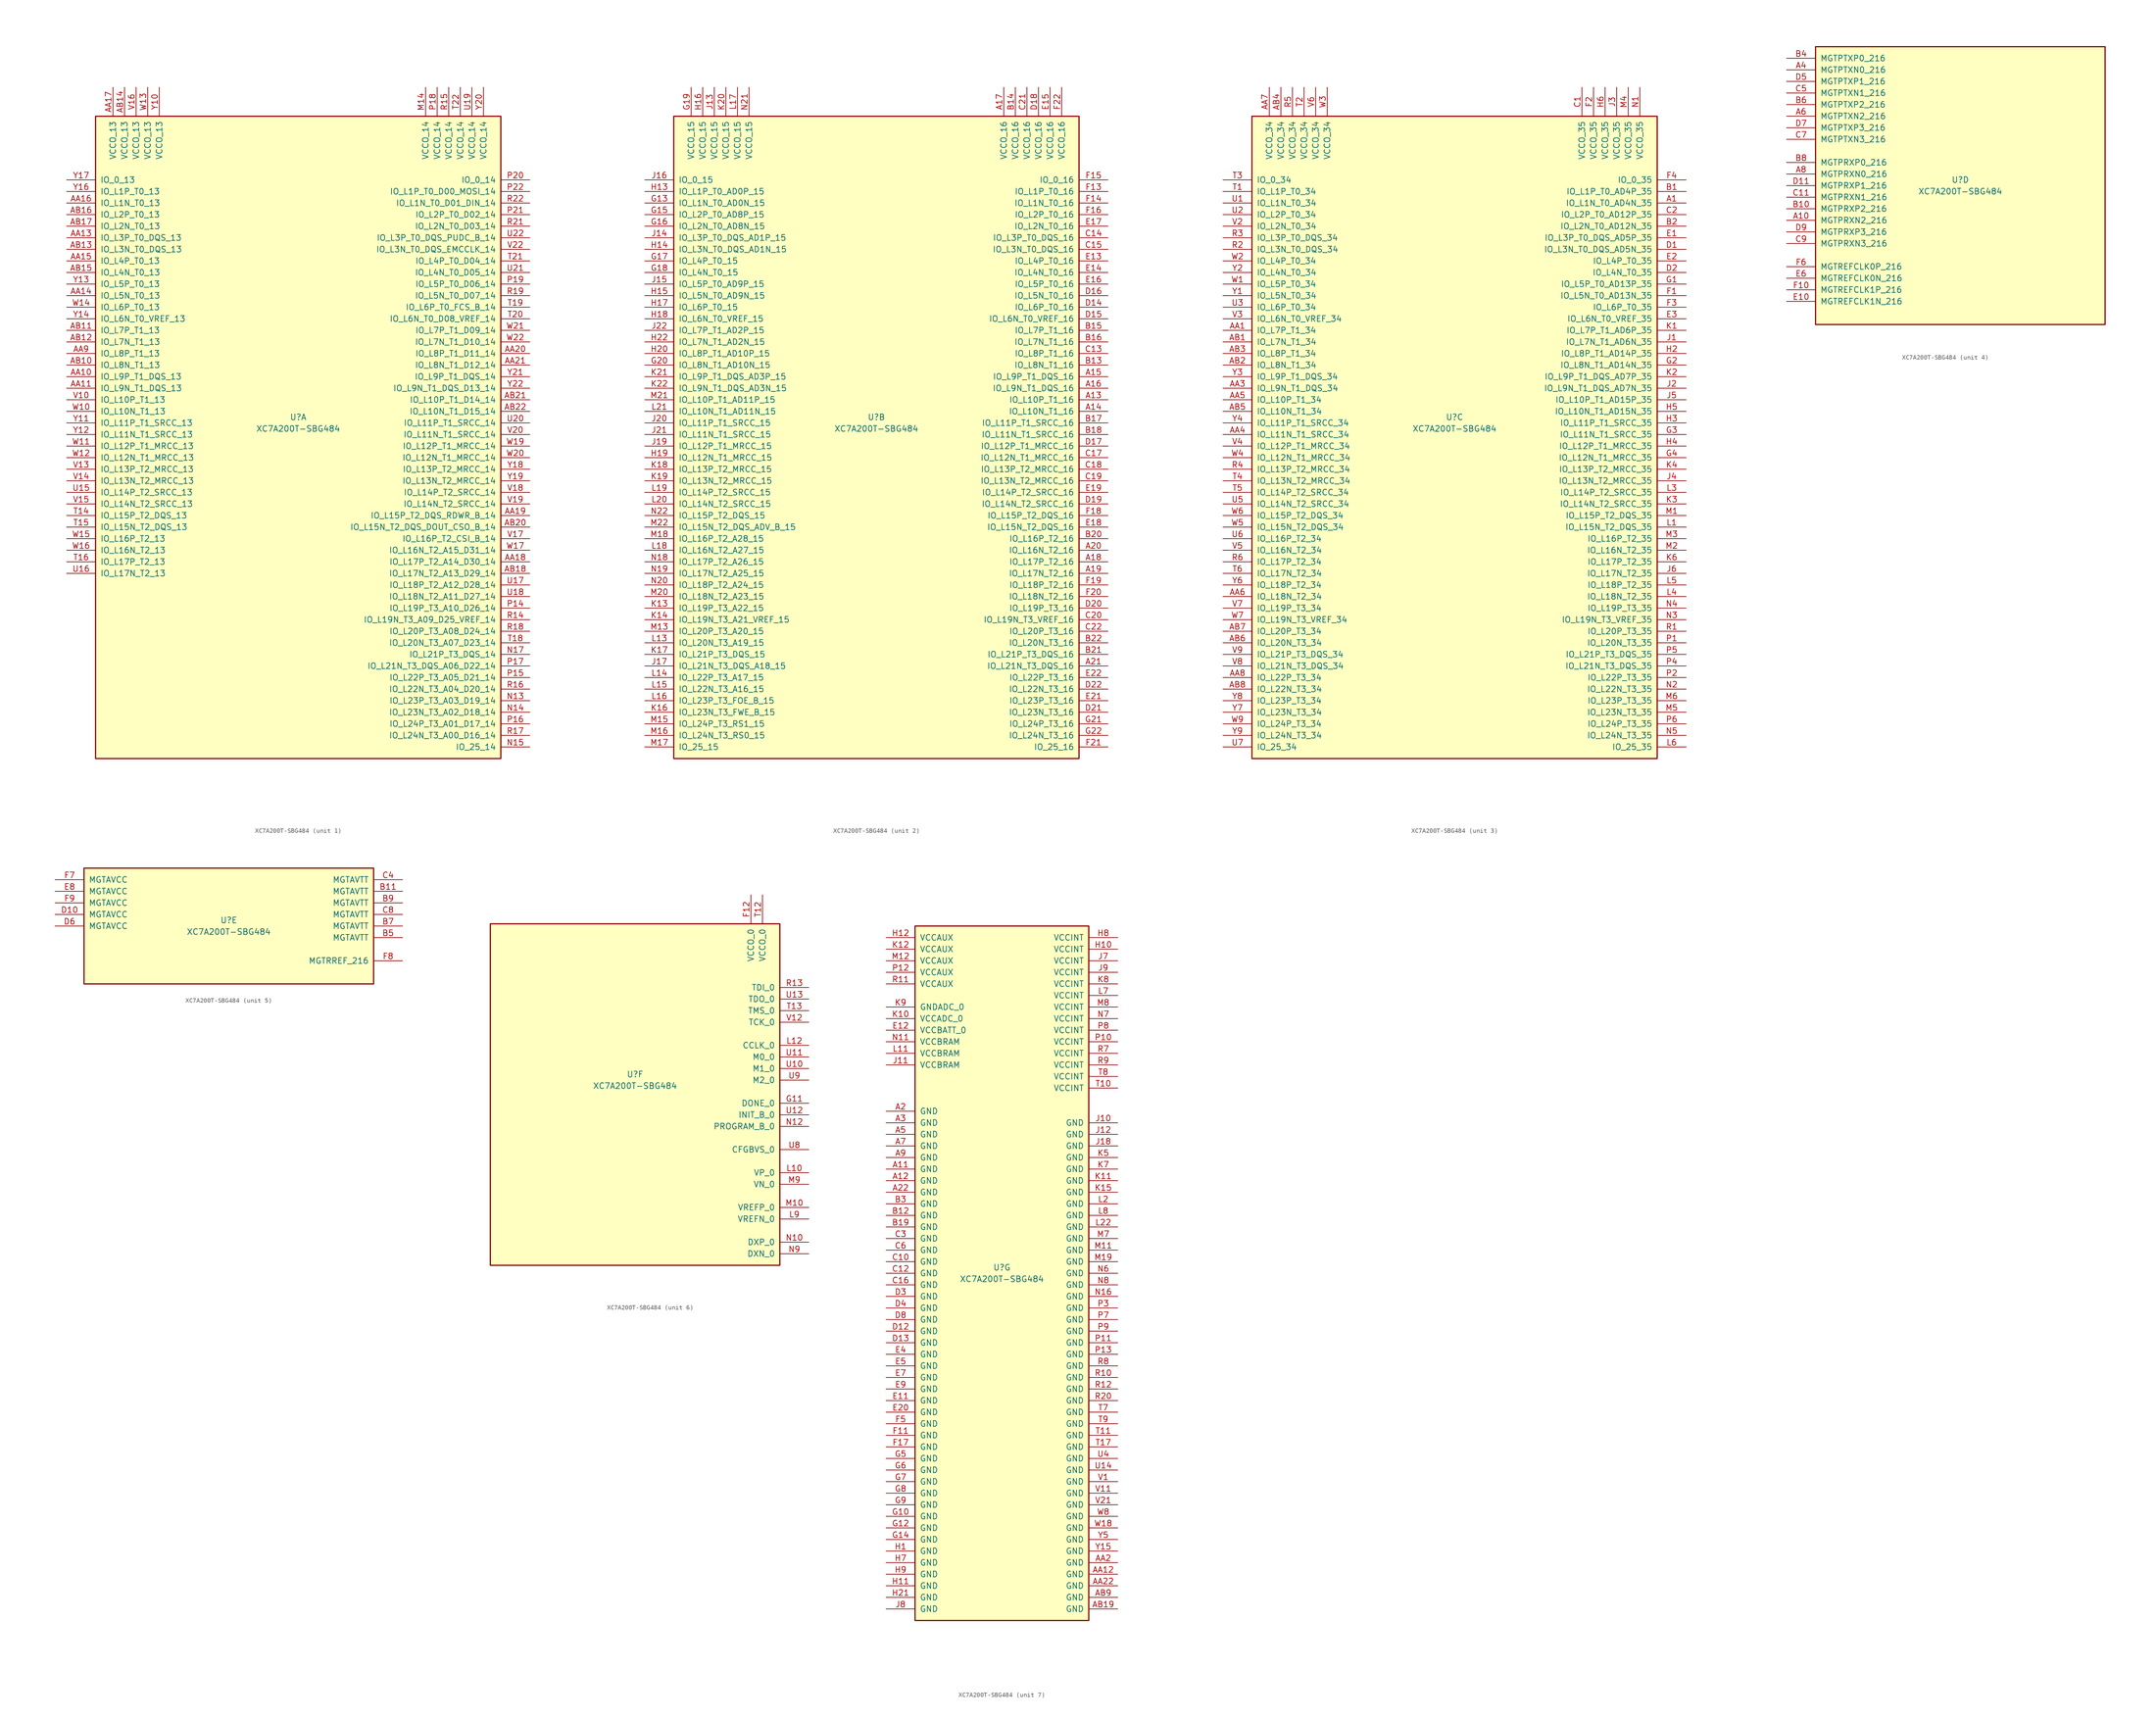
<source format=kicad_sym>
(kicad_symbol_lib
  (version 20211014)
  (generator kicad_symbol_editor)
  (symbol "XC7A200T-SBG484"
    (pin_names
      (offset 1.016))
    (property "Reference" "U"
      (at 0 1.27 0)
      (effects (font (size 1.27 1.27))))
    (property "Value" "XC7A200T-SBG484"
      (at 0 -1.27 0)
      (effects (font (size 1.27 1.27))))
    (property "Datasheet" ""
      (at 0 0 0)
      (effects (font (size 1.27 1.27))))
    (property "ki_locked" ""
      (at 0 0 0)
      (effects (font (size 1.27 1.27))))
    (symbol "XC7A200T-SBG484_1_1"
      (rectangle (start -44.45 67.31) (end 44.45 -73.66) (stroke (width 0.254) (type default) (color 0 0 0 0)) (fill (type background)))
      (pin bidirectional line (at -50.8 10.16 0) (length 6.35) (name "IO_L9P_T1_DQS_13" (effects (font (size 1.27 1.27)))) (number "AA10" (effects (font (size 1.27 1.27)))))
      (pin bidirectional line (at -50.8 7.62 0) (length 6.35) (name "IO_L9N_T1_DQS_13" (effects (font (size 1.27 1.27)))) (number "AA11" (effects (font (size 1.27 1.27)))))
      (pin bidirectional line (at -50.8 40.64 0) (length 6.35) (name "IO_L3P_T0_DQS_13" (effects (font (size 1.27 1.27)))) (number "AA13" (effects (font (size 1.27 1.27)))))
      (pin bidirectional line (at -50.8 27.94 0) (length 6.35) (name "IO_L5N_T0_13" (effects (font (size 1.27 1.27)))) (number "AA14" (effects (font (size 1.27 1.27)))))
      (pin bidirectional line (at -50.8 35.56 0) (length 6.35) (name "IO_L4P_T0_13" (effects (font (size 1.27 1.27)))) (number "AA15" (effects (font (size 1.27 1.27)))))
      (pin bidirectional line (at -50.8 48.26 0) (length 6.35) (name "IO_L1N_T0_13" (effects (font (size 1.27 1.27)))) (number "AA16" (effects (font (size 1.27 1.27)))))
      (pin power_in line (at -40.64 73.66 270) (length 6.35) (name "VCCO_13" (effects (font (size 1.27 1.27)))) (number "AA17" (effects (font (size 1.27 1.27)))))
      (pin bidirectional line (at 50.8 -30.48 180) (length 6.35) (name "IO_L17P_T2_A14_D30_14" (effects (font (size 1.27 1.27)))) (number "AA18" (effects (font (size 1.27 1.27)))))
      (pin bidirectional line (at 50.8 -20.32 180) (length 6.35) (name "IO_L15P_T2_DQS_RDWR_B_14" (effects (font (size 1.27 1.27)))) (number "AA19" (effects (font (size 1.27 1.27)))))
      (pin bidirectional line (at 50.8 15.24 180) (length 6.35) (name "IO_L8P_T1_D11_14" (effects (font (size 1.27 1.27)))) (number "AA20" (effects (font (size 1.27 1.27)))))
      (pin bidirectional line (at 50.8 12.7 180) (length 6.35) (name "IO_L8N_T1_D12_14" (effects (font (size 1.27 1.27)))) (number "AA21" (effects (font (size 1.27 1.27)))))
      (pin bidirectional line (at -50.8 15.24 0) (length 6.35) (name "IO_L8P_T1_13" (effects (font (size 1.27 1.27)))) (number "AA9" (effects (font (size 1.27 1.27)))))
      (pin bidirectional line (at -50.8 12.7 0) (length 6.35) (name "IO_L8N_T1_13" (effects (font (size 1.27 1.27)))) (number "AB10" (effects (font (size 1.27 1.27)))))
      (pin bidirectional line (at -50.8 20.32 0) (length 6.35) (name "IO_L7P_T1_13" (effects (font (size 1.27 1.27)))) (number "AB11" (effects (font (size 1.27 1.27)))))
      (pin bidirectional line (at -50.8 17.78 0) (length 6.35) (name "IO_L7N_T1_13" (effects (font (size 1.27 1.27)))) (number "AB12" (effects (font (size 1.27 1.27)))))
      (pin bidirectional line (at -50.8 38.1 0) (length 6.35) (name "IO_L3N_T0_DQS_13" (effects (font (size 1.27 1.27)))) (number "AB13" (effects (font (size 1.27 1.27)))))
      (pin power_in line (at -38.1 73.66 270) (length 6.35) (name "VCCO_13" (effects (font (size 1.27 1.27)))) (number "AB14" (effects (font (size 1.27 1.27)))))
      (pin bidirectional line (at -50.8 33.02 0) (length 6.35) (name "IO_L4N_T0_13" (effects (font (size 1.27 1.27)))) (number "AB15" (effects (font (size 1.27 1.27)))))
      (pin bidirectional line (at -50.8 45.72 0) (length 6.35) (name "IO_L2P_T0_13" (effects (font (size 1.27 1.27)))) (number "AB16" (effects (font (size 1.27 1.27)))))
      (pin bidirectional line (at -50.8 43.18 0) (length 6.35) (name "IO_L2N_T0_13" (effects (font (size 1.27 1.27)))) (number "AB17" (effects (font (size 1.27 1.27)))))
      (pin bidirectional line (at 50.8 -33.02 180) (length 6.35) (name "IO_L17N_T2_A13_D29_14" (effects (font (size 1.27 1.27)))) (number "AB18" (effects (font (size 1.27 1.27)))))
      (pin bidirectional line (at 50.8 -22.86 180) (length 6.35) (name "IO_L15N_T2_DQS_DOUT_CSO_B_14" (effects (font (size 1.27 1.27)))) (number "AB20" (effects (font (size 1.27 1.27)))))
      (pin bidirectional line (at 50.8 5.08 180) (length 6.35) (name "IO_L10P_T1_D14_14" (effects (font (size 1.27 1.27)))) (number "AB21" (effects (font (size 1.27 1.27)))))
      (pin bidirectional line (at 50.8 2.54 180) (length 6.35) (name "IO_L10N_T1_D15_14" (effects (font (size 1.27 1.27)))) (number "AB22" (effects (font (size 1.27 1.27)))))
      (pin power_in line (at 27.94 73.66 270) (length 6.35) (name "VCCO_14" (effects (font (size 1.27 1.27)))) (number "M14" (effects (font (size 1.27 1.27)))))
      (pin bidirectional line (at 50.8 -60.96 180) (length 6.35) (name "IO_L23P_T3_A03_D19_14" (effects (font (size 1.27 1.27)))) (number "N13" (effects (font (size 1.27 1.27)))))
      (pin bidirectional line (at 50.8 -63.5 180) (length 6.35) (name "IO_L23N_T3_A02_D18_14" (effects (font (size 1.27 1.27)))) (number "N14" (effects (font (size 1.27 1.27)))))
      (pin bidirectional line (at 50.8 -71.12 180) (length 6.35) (name "IO_25_14" (effects (font (size 1.27 1.27)))) (number "N15" (effects (font (size 1.27 1.27)))))
      (pin bidirectional line (at 50.8 -50.8 180) (length 6.35) (name "IO_L21P_T3_DQS_14" (effects (font (size 1.27 1.27)))) (number "N17" (effects (font (size 1.27 1.27)))))
      (pin bidirectional line (at 50.8 -40.64 180) (length 6.35) (name "IO_L19P_T3_A10_D26_14" (effects (font (size 1.27 1.27)))) (number "P14" (effects (font (size 1.27 1.27)))))
      (pin bidirectional line (at 50.8 -55.88 180) (length 6.35) (name "IO_L22P_T3_A05_D21_14" (effects (font (size 1.27 1.27)))) (number "P15" (effects (font (size 1.27 1.27)))))
      (pin bidirectional line (at 50.8 -66.04 180) (length 6.35) (name "IO_L24P_T3_A01_D17_14" (effects (font (size 1.27 1.27)))) (number "P16" (effects (font (size 1.27 1.27)))))
      (pin bidirectional line (at 50.8 -53.34 180) (length 6.35) (name "IO_L21N_T3_DQS_A06_D22_14" (effects (font (size 1.27 1.27)))) (number "P17" (effects (font (size 1.27 1.27)))))
      (pin power_in line (at 30.48 73.66 270) (length 6.35) (name "VCCO_14" (effects (font (size 1.27 1.27)))) (number "P18" (effects (font (size 1.27 1.27)))))
      (pin bidirectional line (at 50.8 30.48 180) (length 6.35) (name "IO_L5P_T0_D06_14" (effects (font (size 1.27 1.27)))) (number "P19" (effects (font (size 1.27 1.27)))))
      (pin bidirectional line (at 50.8 53.34 180) (length 6.35) (name "IO_0_14" (effects (font (size 1.27 1.27)))) (number "P20" (effects (font (size 1.27 1.27)))))
      (pin bidirectional line (at 50.8 45.72 180) (length 6.35) (name "IO_L2P_T0_D02_14" (effects (font (size 1.27 1.27)))) (number "P21" (effects (font (size 1.27 1.27)))))
      (pin bidirectional line (at 50.8 50.8 180) (length 6.35) (name "IO_L1P_T0_D00_MOSI_14" (effects (font (size 1.27 1.27)))) (number "P22" (effects (font (size 1.27 1.27)))))
      (pin bidirectional line (at 50.8 -43.18 180) (length 6.35) (name "IO_L19N_T3_A09_D25_VREF_14" (effects (font (size 1.27 1.27)))) (number "R14" (effects (font (size 1.27 1.27)))))
      (pin power_in line (at 33.02 73.66 270) (length 6.35) (name "VCCO_14" (effects (font (size 1.27 1.27)))) (number "R15" (effects (font (size 1.27 1.27)))))
      (pin bidirectional line (at 50.8 -58.42 180) (length 6.35) (name "IO_L22N_T3_A04_D20_14" (effects (font (size 1.27 1.27)))) (number "R16" (effects (font (size 1.27 1.27)))))
      (pin bidirectional line (at 50.8 -68.58 180) (length 6.35) (name "IO_L24N_T3_A00_D16_14" (effects (font (size 1.27 1.27)))) (number "R17" (effects (font (size 1.27 1.27)))))
      (pin bidirectional line (at 50.8 -45.72 180) (length 6.35) (name "IO_L20P_T3_A08_D24_14" (effects (font (size 1.27 1.27)))) (number "R18" (effects (font (size 1.27 1.27)))))
      (pin bidirectional line (at 50.8 27.94 180) (length 6.35) (name "IO_L5N_T0_D07_14" (effects (font (size 1.27 1.27)))) (number "R19" (effects (font (size 1.27 1.27)))))
      (pin bidirectional line (at 50.8 43.18 180) (length 6.35) (name "IO_L2N_T0_D03_14" (effects (font (size 1.27 1.27)))) (number "R21" (effects (font (size 1.27 1.27)))))
      (pin bidirectional line (at 50.8 48.26 180) (length 6.35) (name "IO_L1N_T0_D01_DIN_14" (effects (font (size 1.27 1.27)))) (number "R22" (effects (font (size 1.27 1.27)))))
      (pin bidirectional line (at -50.8 -20.32 0) (length 6.35) (name "IO_L15P_T2_DQS_13" (effects (font (size 1.27 1.27)))) (number "T14" (effects (font (size 1.27 1.27)))))
      (pin bidirectional line (at -50.8 -22.86 0) (length 6.35) (name "IO_L15N_T2_DQS_13" (effects (font (size 1.27 1.27)))) (number "T15" (effects (font (size 1.27 1.27)))))
      (pin bidirectional line (at -50.8 -30.48 0) (length 6.35) (name "IO_L17P_T2_13" (effects (font (size 1.27 1.27)))) (number "T16" (effects (font (size 1.27 1.27)))))
      (pin bidirectional line (at 50.8 -48.26 180) (length 6.35) (name "IO_L20N_T3_A07_D23_14" (effects (font (size 1.27 1.27)))) (number "T18" (effects (font (size 1.27 1.27)))))
      (pin bidirectional line (at 50.8 25.4 180) (length 6.35) (name "IO_L6P_T0_FCS_B_14" (effects (font (size 1.27 1.27)))) (number "T19" (effects (font (size 1.27 1.27)))))
      (pin bidirectional line (at 50.8 22.86 180) (length 6.35) (name "IO_L6N_T0_D08_VREF_14" (effects (font (size 1.27 1.27)))) (number "T20" (effects (font (size 1.27 1.27)))))
      (pin bidirectional line (at 50.8 35.56 180) (length 6.35) (name "IO_L4P_T0_D04_14" (effects (font (size 1.27 1.27)))) (number "T21" (effects (font (size 1.27 1.27)))))
      (pin power_in line (at 35.56 73.66 270) (length 6.35) (name "VCCO_14" (effects (font (size 1.27 1.27)))) (number "T22" (effects (font (size 1.27 1.27)))))
      (pin bidirectional line (at -50.8 -15.24 0) (length 6.35) (name "IO_L14P_T2_SRCC_13" (effects (font (size 1.27 1.27)))) (number "U15" (effects (font (size 1.27 1.27)))))
      (pin bidirectional line (at -50.8 -33.02 0) (length 6.35) (name "IO_L17N_T2_13" (effects (font (size 1.27 1.27)))) (number "U16" (effects (font (size 1.27 1.27)))))
      (pin bidirectional line (at 50.8 -35.56 180) (length 6.35) (name "IO_L18P_T2_A12_D28_14" (effects (font (size 1.27 1.27)))) (number "U17" (effects (font (size 1.27 1.27)))))
      (pin bidirectional line (at 50.8 -38.1 180) (length 6.35) (name "IO_L18N_T2_A11_D27_14" (effects (font (size 1.27 1.27)))) (number "U18" (effects (font (size 1.27 1.27)))))
      (pin power_in line (at 38.1 73.66 270) (length 6.35) (name "VCCO_14" (effects (font (size 1.27 1.27)))) (number "U19" (effects (font (size 1.27 1.27)))))
      (pin bidirectional line (at 50.8 0 180) (length 6.35) (name "IO_L11P_T1_SRCC_14" (effects (font (size 1.27 1.27)))) (number "U20" (effects (font (size 1.27 1.27)))))
      (pin bidirectional line (at 50.8 33.02 180) (length 6.35) (name "IO_L4N_T0_D05_14" (effects (font (size 1.27 1.27)))) (number "U21" (effects (font (size 1.27 1.27)))))
      (pin bidirectional line (at 50.8 40.64 180) (length 6.35) (name "IO_L3P_T0_DQS_PUDC_B_14" (effects (font (size 1.27 1.27)))) (number "U22" (effects (font (size 1.27 1.27)))))
      (pin bidirectional line (at -50.8 5.08 0) (length 6.35) (name "IO_L10P_T1_13" (effects (font (size 1.27 1.27)))) (number "V10" (effects (font (size 1.27 1.27)))))
      (pin bidirectional line (at -50.8 -10.16 0) (length 6.35) (name "IO_L13P_T2_MRCC_13" (effects (font (size 1.27 1.27)))) (number "V13" (effects (font (size 1.27 1.27)))))
      (pin bidirectional line (at -50.8 -12.7 0) (length 6.35) (name "IO_L13N_T2_MRCC_13" (effects (font (size 1.27 1.27)))) (number "V14" (effects (font (size 1.27 1.27)))))
      (pin bidirectional line (at -50.8 -17.78 0) (length 6.35) (name "IO_L14N_T2_SRCC_13" (effects (font (size 1.27 1.27)))) (number "V15" (effects (font (size 1.27 1.27)))))
      (pin power_in line (at -35.56 73.66 270) (length 6.35) (name "VCCO_13" (effects (font (size 1.27 1.27)))) (number "V16" (effects (font (size 1.27 1.27)))))
      (pin bidirectional line (at 50.8 -25.4 180) (length 6.35) (name "IO_L16P_T2_CSI_B_14" (effects (font (size 1.27 1.27)))) (number "V17" (effects (font (size 1.27 1.27)))))
      (pin bidirectional line (at 50.8 -15.24 180) (length 6.35) (name "IO_L14P_T2_SRCC_14" (effects (font (size 1.27 1.27)))) (number "V18" (effects (font (size 1.27 1.27)))))
      (pin bidirectional line (at 50.8 -17.78 180) (length 6.35) (name "IO_L14N_T2_SRCC_14" (effects (font (size 1.27 1.27)))) (number "V19" (effects (font (size 1.27 1.27)))))
      (pin bidirectional line (at 50.8 -2.54 180) (length 6.35) (name "IO_L11N_T1_SRCC_14" (effects (font (size 1.27 1.27)))) (number "V20" (effects (font (size 1.27 1.27)))))
      (pin bidirectional line (at 50.8 38.1 180) (length 6.35) (name "IO_L3N_T0_DQS_EMCCLK_14" (effects (font (size 1.27 1.27)))) (number "V22" (effects (font (size 1.27 1.27)))))
      (pin bidirectional line (at -50.8 2.54 0) (length 6.35) (name "IO_L10N_T1_13" (effects (font (size 1.27 1.27)))) (number "W10" (effects (font (size 1.27 1.27)))))
      (pin bidirectional line (at -50.8 -5.08 0) (length 6.35) (name "IO_L12P_T1_MRCC_13" (effects (font (size 1.27 1.27)))) (number "W11" (effects (font (size 1.27 1.27)))))
      (pin bidirectional line (at -50.8 -7.62 0) (length 6.35) (name "IO_L12N_T1_MRCC_13" (effects (font (size 1.27 1.27)))) (number "W12" (effects (font (size 1.27 1.27)))))
      (pin power_in line (at -33.02 73.66 270) (length 6.35) (name "VCCO_13" (effects (font (size 1.27 1.27)))) (number "W13" (effects (font (size 1.27 1.27)))))
      (pin bidirectional line (at -50.8 25.4 0) (length 6.35) (name "IO_L6P_T0_13" (effects (font (size 1.27 1.27)))) (number "W14" (effects (font (size 1.27 1.27)))))
      (pin bidirectional line (at -50.8 -25.4 0) (length 6.35) (name "IO_L16P_T2_13" (effects (font (size 1.27 1.27)))) (number "W15" (effects (font (size 1.27 1.27)))))
      (pin bidirectional line (at -50.8 -27.94 0) (length 6.35) (name "IO_L16N_T2_13" (effects (font (size 1.27 1.27)))) (number "W16" (effects (font (size 1.27 1.27)))))
      (pin bidirectional line (at 50.8 -27.94 180) (length 6.35) (name "IO_L16N_T2_A15_D31_14" (effects (font (size 1.27 1.27)))) (number "W17" (effects (font (size 1.27 1.27)))))
      (pin bidirectional line (at 50.8 -5.08 180) (length 6.35) (name "IO_L12P_T1_MRCC_14" (effects (font (size 1.27 1.27)))) (number "W19" (effects (font (size 1.27 1.27)))))
      (pin bidirectional line (at 50.8 -7.62 180) (length 6.35) (name "IO_L12N_T1_MRCC_14" (effects (font (size 1.27 1.27)))) (number "W20" (effects (font (size 1.27 1.27)))))
      (pin bidirectional line (at 50.8 20.32 180) (length 6.35) (name "IO_L7P_T1_D09_14" (effects (font (size 1.27 1.27)))) (number "W21" (effects (font (size 1.27 1.27)))))
      (pin bidirectional line (at 50.8 17.78 180) (length 6.35) (name "IO_L7N_T1_D10_14" (effects (font (size 1.27 1.27)))) (number "W22" (effects (font (size 1.27 1.27)))))
      (pin power_in line (at -30.48 73.66 270) (length 6.35) (name "VCCO_13" (effects (font (size 1.27 1.27)))) (number "Y10" (effects (font (size 1.27 1.27)))))
      (pin bidirectional line (at -50.8 0 0) (length 6.35) (name "IO_L11P_T1_SRCC_13" (effects (font (size 1.27 1.27)))) (number "Y11" (effects (font (size 1.27 1.27)))))
      (pin bidirectional line (at -50.8 -2.54 0) (length 6.35) (name "IO_L11N_T1_SRCC_13" (effects (font (size 1.27 1.27)))) (number "Y12" (effects (font (size 1.27 1.27)))))
      (pin bidirectional line (at -50.8 30.48 0) (length 6.35) (name "IO_L5P_T0_13" (effects (font (size 1.27 1.27)))) (number "Y13" (effects (font (size 1.27 1.27)))))
      (pin bidirectional line (at -50.8 22.86 0) (length 6.35) (name "IO_L6N_T0_VREF_13" (effects (font (size 1.27 1.27)))) (number "Y14" (effects (font (size 1.27 1.27)))))
      (pin bidirectional line (at -50.8 50.8 0) (length 6.35) (name "IO_L1P_T0_13" (effects (font (size 1.27 1.27)))) (number "Y16" (effects (font (size 1.27 1.27)))))
      (pin bidirectional line (at -50.8 53.34 0) (length 6.35) (name "IO_0_13" (effects (font (size 1.27 1.27)))) (number "Y17" (effects (font (size 1.27 1.27)))))
      (pin bidirectional line (at 50.8 -10.16 180) (length 6.35) (name "IO_L13P_T2_MRCC_14" (effects (font (size 1.27 1.27)))) (number "Y18" (effects (font (size 1.27 1.27)))))
      (pin bidirectional line (at 50.8 -12.7 180) (length 6.35) (name "IO_L13N_T2_MRCC_14" (effects (font (size 1.27 1.27)))) (number "Y19" (effects (font (size 1.27 1.27)))))
      (pin power_in line (at 40.64 73.66 270) (length 6.35) (name "VCCO_14" (effects (font (size 1.27 1.27)))) (number "Y20" (effects (font (size 1.27 1.27)))))
      (pin bidirectional line (at 50.8 10.16 180) (length 6.35) (name "IO_L9P_T1_DQS_14" (effects (font (size 1.27 1.27)))) (number "Y21" (effects (font (size 1.27 1.27)))))
      (pin bidirectional line (at 50.8 7.62 180) (length 6.35) (name "IO_L9N_T1_DQS_D13_14" (effects (font (size 1.27 1.27)))) (number "Y22" (effects (font (size 1.27 1.27))))))
    (symbol "XC7A200T-SBG484_2_1"
      (rectangle (start -44.45 67.31) (end 44.45 -73.66) (stroke (width 0.254) (type default) (color 0 0 0 0)) (fill (type background)))
      (pin bidirectional line (at 50.8 5.08 180) (length 6.35) (name "IO_L10P_T1_16" (effects (font (size 1.27 1.27)))) (number "A13" (effects (font (size 1.27 1.27)))))
      (pin bidirectional line (at 50.8 2.54 180) (length 6.35) (name "IO_L10N_T1_16" (effects (font (size 1.27 1.27)))) (number "A14" (effects (font (size 1.27 1.27)))))
      (pin bidirectional line (at 50.8 10.16 180) (length 6.35) (name "IO_L9P_T1_DQS_16" (effects (font (size 1.27 1.27)))) (number "A15" (effects (font (size 1.27 1.27)))))
      (pin bidirectional line (at 50.8 7.62 180) (length 6.35) (name "IO_L9N_T1_DQS_16" (effects (font (size 1.27 1.27)))) (number "A16" (effects (font (size 1.27 1.27)))))
      (pin power_in line (at 27.94 73.66 270) (length 6.35) (name "VCCO_16" (effects (font (size 1.27 1.27)))) (number "A17" (effects (font (size 1.27 1.27)))))
      (pin bidirectional line (at 50.8 -30.48 180) (length 6.35) (name "IO_L17P_T2_16" (effects (font (size 1.27 1.27)))) (number "A18" (effects (font (size 1.27 1.27)))))
      (pin bidirectional line (at 50.8 -33.02 180) (length 6.35) (name "IO_L17N_T2_16" (effects (font (size 1.27 1.27)))) (number "A19" (effects (font (size 1.27 1.27)))))
      (pin bidirectional line (at 50.8 -27.94 180) (length 6.35) (name "IO_L16N_T2_16" (effects (font (size 1.27 1.27)))) (number "A20" (effects (font (size 1.27 1.27)))))
      (pin bidirectional line (at 50.8 -53.34 180) (length 6.35) (name "IO_L21N_T3_DQS_16" (effects (font (size 1.27 1.27)))) (number "A21" (effects (font (size 1.27 1.27)))))
      (pin bidirectional line (at 50.8 12.7 180) (length 6.35) (name "IO_L8N_T1_16" (effects (font (size 1.27 1.27)))) (number "B13" (effects (font (size 1.27 1.27)))))
      (pin power_in line (at 30.48 73.66 270) (length 6.35) (name "VCCO_16" (effects (font (size 1.27 1.27)))) (number "B14" (effects (font (size 1.27 1.27)))))
      (pin bidirectional line (at 50.8 20.32 180) (length 6.35) (name "IO_L7P_T1_16" (effects (font (size 1.27 1.27)))) (number "B15" (effects (font (size 1.27 1.27)))))
      (pin bidirectional line (at 50.8 17.78 180) (length 6.35) (name "IO_L7N_T1_16" (effects (font (size 1.27 1.27)))) (number "B16" (effects (font (size 1.27 1.27)))))
      (pin bidirectional line (at 50.8 0 180) (length 6.35) (name "IO_L11P_T1_SRCC_16" (effects (font (size 1.27 1.27)))) (number "B17" (effects (font (size 1.27 1.27)))))
      (pin bidirectional line (at 50.8 -2.54 180) (length 6.35) (name "IO_L11N_T1_SRCC_16" (effects (font (size 1.27 1.27)))) (number "B18" (effects (font (size 1.27 1.27)))))
      (pin bidirectional line (at 50.8 -25.4 180) (length 6.35) (name "IO_L16P_T2_16" (effects (font (size 1.27 1.27)))) (number "B20" (effects (font (size 1.27 1.27)))))
      (pin bidirectional line (at 50.8 -50.8 180) (length 6.35) (name "IO_L21P_T3_DQS_16" (effects (font (size 1.27 1.27)))) (number "B21" (effects (font (size 1.27 1.27)))))
      (pin bidirectional line (at 50.8 -48.26 180) (length 6.35) (name "IO_L20N_T3_16" (effects (font (size 1.27 1.27)))) (number "B22" (effects (font (size 1.27 1.27)))))
      (pin bidirectional line (at 50.8 15.24 180) (length 6.35) (name "IO_L8P_T1_16" (effects (font (size 1.27 1.27)))) (number "C13" (effects (font (size 1.27 1.27)))))
      (pin bidirectional line (at 50.8 40.64 180) (length 6.35) (name "IO_L3P_T0_DQS_16" (effects (font (size 1.27 1.27)))) (number "C14" (effects (font (size 1.27 1.27)))))
      (pin bidirectional line (at 50.8 38.1 180) (length 6.35) (name "IO_L3N_T0_DQS_16" (effects (font (size 1.27 1.27)))) (number "C15" (effects (font (size 1.27 1.27)))))
      (pin bidirectional line (at 50.8 -7.62 180) (length 6.35) (name "IO_L12N_T1_MRCC_16" (effects (font (size 1.27 1.27)))) (number "C17" (effects (font (size 1.27 1.27)))))
      (pin bidirectional line (at 50.8 -10.16 180) (length 6.35) (name "IO_L13P_T2_MRCC_16" (effects (font (size 1.27 1.27)))) (number "C18" (effects (font (size 1.27 1.27)))))
      (pin bidirectional line (at 50.8 -12.7 180) (length 6.35) (name "IO_L13N_T2_MRCC_16" (effects (font (size 1.27 1.27)))) (number "C19" (effects (font (size 1.27 1.27)))))
      (pin bidirectional line (at 50.8 -43.18 180) (length 6.35) (name "IO_L19N_T3_VREF_16" (effects (font (size 1.27 1.27)))) (number "C20" (effects (font (size 1.27 1.27)))))
      (pin power_in line (at 33.02 73.66 270) (length 6.35) (name "VCCO_16" (effects (font (size 1.27 1.27)))) (number "C21" (effects (font (size 1.27 1.27)))))
      (pin bidirectional line (at 50.8 -45.72 180) (length 6.35) (name "IO_L20P_T3_16" (effects (font (size 1.27 1.27)))) (number "C22" (effects (font (size 1.27 1.27)))))
      (pin bidirectional line (at 50.8 25.4 180) (length 6.35) (name "IO_L6P_T0_16" (effects (font (size 1.27 1.27)))) (number "D14" (effects (font (size 1.27 1.27)))))
      (pin bidirectional line (at 50.8 22.86 180) (length 6.35) (name "IO_L6N_T0_VREF_16" (effects (font (size 1.27 1.27)))) (number "D15" (effects (font (size 1.27 1.27)))))
      (pin bidirectional line (at 50.8 27.94 180) (length 6.35) (name "IO_L5N_T0_16" (effects (font (size 1.27 1.27)))) (number "D16" (effects (font (size 1.27 1.27)))))
      (pin bidirectional line (at 50.8 -5.08 180) (length 6.35) (name "IO_L12P_T1_MRCC_16" (effects (font (size 1.27 1.27)))) (number "D17" (effects (font (size 1.27 1.27)))))
      (pin power_in line (at 35.56 73.66 270) (length 6.35) (name "VCCO_16" (effects (font (size 1.27 1.27)))) (number "D18" (effects (font (size 1.27 1.27)))))
      (pin bidirectional line (at 50.8 -17.78 180) (length 6.35) (name "IO_L14N_T2_SRCC_16" (effects (font (size 1.27 1.27)))) (number "D19" (effects (font (size 1.27 1.27)))))
      (pin bidirectional line (at 50.8 -40.64 180) (length 6.35) (name "IO_L19P_T3_16" (effects (font (size 1.27 1.27)))) (number "D20" (effects (font (size 1.27 1.27)))))
      (pin bidirectional line (at 50.8 -63.5 180) (length 6.35) (name "IO_L23N_T3_16" (effects (font (size 1.27 1.27)))) (number "D21" (effects (font (size 1.27 1.27)))))
      (pin bidirectional line (at 50.8 -58.42 180) (length 6.35) (name "IO_L22N_T3_16" (effects (font (size 1.27 1.27)))) (number "D22" (effects (font (size 1.27 1.27)))))
      (pin bidirectional line (at 50.8 35.56 180) (length 6.35) (name "IO_L4P_T0_16" (effects (font (size 1.27 1.27)))) (number "E13" (effects (font (size 1.27 1.27)))))
      (pin bidirectional line (at 50.8 33.02 180) (length 6.35) (name "IO_L4N_T0_16" (effects (font (size 1.27 1.27)))) (number "E14" (effects (font (size 1.27 1.27)))))
      (pin power_in line (at 38.1 73.66 270) (length 6.35) (name "VCCO_16" (effects (font (size 1.27 1.27)))) (number "E15" (effects (font (size 1.27 1.27)))))
      (pin bidirectional line (at 50.8 30.48 180) (length 6.35) (name "IO_L5P_T0_16" (effects (font (size 1.27 1.27)))) (number "E16" (effects (font (size 1.27 1.27)))))
      (pin bidirectional line (at 50.8 43.18 180) (length 6.35) (name "IO_L2N_T0_16" (effects (font (size 1.27 1.27)))) (number "E17" (effects (font (size 1.27 1.27)))))
      (pin bidirectional line (at 50.8 -22.86 180) (length 6.35) (name "IO_L15N_T2_DQS_16" (effects (font (size 1.27 1.27)))) (number "E18" (effects (font (size 1.27 1.27)))))
      (pin bidirectional line (at 50.8 -15.24 180) (length 6.35) (name "IO_L14P_T2_SRCC_16" (effects (font (size 1.27 1.27)))) (number "E19" (effects (font (size 1.27 1.27)))))
      (pin bidirectional line (at 50.8 -60.96 180) (length 6.35) (name "IO_L23P_T3_16" (effects (font (size 1.27 1.27)))) (number "E21" (effects (font (size 1.27 1.27)))))
      (pin bidirectional line (at 50.8 -55.88 180) (length 6.35) (name "IO_L22P_T3_16" (effects (font (size 1.27 1.27)))) (number "E22" (effects (font (size 1.27 1.27)))))
      (pin bidirectional line (at 50.8 50.8 180) (length 6.35) (name "IO_L1P_T0_16" (effects (font (size 1.27 1.27)))) (number "F13" (effects (font (size 1.27 1.27)))))
      (pin bidirectional line (at 50.8 48.26 180) (length 6.35) (name "IO_L1N_T0_16" (effects (font (size 1.27 1.27)))) (number "F14" (effects (font (size 1.27 1.27)))))
      (pin bidirectional line (at 50.8 53.34 180) (length 6.35) (name "IO_0_16" (effects (font (size 1.27 1.27)))) (number "F15" (effects (font (size 1.27 1.27)))))
      (pin bidirectional line (at 50.8 45.72 180) (length 6.35) (name "IO_L2P_T0_16" (effects (font (size 1.27 1.27)))) (number "F16" (effects (font (size 1.27 1.27)))))
      (pin bidirectional line (at 50.8 -20.32 180) (length 6.35) (name "IO_L15P_T2_DQS_16" (effects (font (size 1.27 1.27)))) (number "F18" (effects (font (size 1.27 1.27)))))
      (pin bidirectional line (at 50.8 -35.56 180) (length 6.35) (name "IO_L18P_T2_16" (effects (font (size 1.27 1.27)))) (number "F19" (effects (font (size 1.27 1.27)))))
      (pin bidirectional line (at 50.8 -38.1 180) (length 6.35) (name "IO_L18N_T2_16" (effects (font (size 1.27 1.27)))) (number "F20" (effects (font (size 1.27 1.27)))))
      (pin bidirectional line (at 50.8 -71.12 180) (length 6.35) (name "IO_25_16" (effects (font (size 1.27 1.27)))) (number "F21" (effects (font (size 1.27 1.27)))))
      (pin power_in line (at 40.64 73.66 270) (length 6.35) (name "VCCO_16" (effects (font (size 1.27 1.27)))) (number "F22" (effects (font (size 1.27 1.27)))))
      (pin bidirectional line (at -50.8 48.26 0) (length 6.35) (name "IO_L1N_T0_AD0N_15" (effects (font (size 1.27 1.27)))) (number "G13" (effects (font (size 1.27 1.27)))))
      (pin bidirectional line (at -50.8 45.72 0) (length 6.35) (name "IO_L2P_T0_AD8P_15" (effects (font (size 1.27 1.27)))) (number "G15" (effects (font (size 1.27 1.27)))))
      (pin bidirectional line (at -50.8 43.18 0) (length 6.35) (name "IO_L2N_T0_AD8N_15" (effects (font (size 1.27 1.27)))) (number "G16" (effects (font (size 1.27 1.27)))))
      (pin bidirectional line (at -50.8 35.56 0) (length 6.35) (name "IO_L4P_T0_15" (effects (font (size 1.27 1.27)))) (number "G17" (effects (font (size 1.27 1.27)))))
      (pin bidirectional line (at -50.8 33.02 0) (length 6.35) (name "IO_L4N_T0_15" (effects (font (size 1.27 1.27)))) (number "G18" (effects (font (size 1.27 1.27)))))
      (pin power_in line (at -40.64 73.66 270) (length 6.35) (name "VCCO_15" (effects (font (size 1.27 1.27)))) (number "G19" (effects (font (size 1.27 1.27)))))
      (pin bidirectional line (at -50.8 12.7 0) (length 6.35) (name "IO_L8N_T1_AD10N_15" (effects (font (size 1.27 1.27)))) (number "G20" (effects (font (size 1.27 1.27)))))
      (pin bidirectional line (at 50.8 -66.04 180) (length 6.35) (name "IO_L24P_T3_16" (effects (font (size 1.27 1.27)))) (number "G21" (effects (font (size 1.27 1.27)))))
      (pin bidirectional line (at 50.8 -68.58 180) (length 6.35) (name "IO_L24N_T3_16" (effects (font (size 1.27 1.27)))) (number "G22" (effects (font (size 1.27 1.27)))))
      (pin bidirectional line (at -50.8 50.8 0) (length 6.35) (name "IO_L1P_T0_AD0P_15" (effects (font (size 1.27 1.27)))) (number "H13" (effects (font (size 1.27 1.27)))))
      (pin bidirectional line (at -50.8 38.1 0) (length 6.35) (name "IO_L3N_T0_DQS_AD1N_15" (effects (font (size 1.27 1.27)))) (number "H14" (effects (font (size 1.27 1.27)))))
      (pin bidirectional line (at -50.8 27.94 0) (length 6.35) (name "IO_L5N_T0_AD9N_15" (effects (font (size 1.27 1.27)))) (number "H15" (effects (font (size 1.27 1.27)))))
      (pin power_in line (at -38.1 73.66 270) (length 6.35) (name "VCCO_15" (effects (font (size 1.27 1.27)))) (number "H16" (effects (font (size 1.27 1.27)))))
      (pin bidirectional line (at -50.8 25.4 0) (length 6.35) (name "IO_L6P_T0_15" (effects (font (size 1.27 1.27)))) (number "H17" (effects (font (size 1.27 1.27)))))
      (pin bidirectional line (at -50.8 22.86 0) (length 6.35) (name "IO_L6N_T0_VREF_15" (effects (font (size 1.27 1.27)))) (number "H18" (effects (font (size 1.27 1.27)))))
      (pin bidirectional line (at -50.8 -7.62 0) (length 6.35) (name "IO_L12N_T1_MRCC_15" (effects (font (size 1.27 1.27)))) (number "H19" (effects (font (size 1.27 1.27)))))
      (pin bidirectional line (at -50.8 15.24 0) (length 6.35) (name "IO_L8P_T1_AD10P_15" (effects (font (size 1.27 1.27)))) (number "H20" (effects (font (size 1.27 1.27)))))
      (pin bidirectional line (at -50.8 17.78 0) (length 6.35) (name "IO_L7N_T1_AD2N_15" (effects (font (size 1.27 1.27)))) (number "H22" (effects (font (size 1.27 1.27)))))
      (pin power_in line (at -35.56 73.66 270) (length 6.35) (name "VCCO_15" (effects (font (size 1.27 1.27)))) (number "J13" (effects (font (size 1.27 1.27)))))
      (pin bidirectional line (at -50.8 40.64 0) (length 6.35) (name "IO_L3P_T0_DQS_AD1P_15" (effects (font (size 1.27 1.27)))) (number "J14" (effects (font (size 1.27 1.27)))))
      (pin bidirectional line (at -50.8 30.48 0) (length 6.35) (name "IO_L5P_T0_AD9P_15" (effects (font (size 1.27 1.27)))) (number "J15" (effects (font (size 1.27 1.27)))))
      (pin bidirectional line (at -50.8 53.34 0) (length 6.35) (name "IO_0_15" (effects (font (size 1.27 1.27)))) (number "J16" (effects (font (size 1.27 1.27)))))
      (pin bidirectional line (at -50.8 -53.34 0) (length 6.35) (name "IO_L21N_T3_DQS_A18_15" (effects (font (size 1.27 1.27)))) (number "J17" (effects (font (size 1.27 1.27)))))
      (pin bidirectional line (at -50.8 -5.08 0) (length 6.35) (name "IO_L12P_T1_MRCC_15" (effects (font (size 1.27 1.27)))) (number "J19" (effects (font (size 1.27 1.27)))))
      (pin bidirectional line (at -50.8 0 0) (length 6.35) (name "IO_L11P_T1_SRCC_15" (effects (font (size 1.27 1.27)))) (number "J20" (effects (font (size 1.27 1.27)))))
      (pin bidirectional line (at -50.8 -2.54 0) (length 6.35) (name "IO_L11N_T1_SRCC_15" (effects (font (size 1.27 1.27)))) (number "J21" (effects (font (size 1.27 1.27)))))
      (pin bidirectional line (at -50.8 20.32 0) (length 6.35) (name "IO_L7P_T1_AD2P_15" (effects (font (size 1.27 1.27)))) (number "J22" (effects (font (size 1.27 1.27)))))
      (pin bidirectional line (at -50.8 -40.64 0) (length 6.35) (name "IO_L19P_T3_A22_15" (effects (font (size 1.27 1.27)))) (number "K13" (effects (font (size 1.27 1.27)))))
      (pin bidirectional line (at -50.8 -43.18 0) (length 6.35) (name "IO_L19N_T3_A21_VREF_15" (effects (font (size 1.27 1.27)))) (number "K14" (effects (font (size 1.27 1.27)))))
      (pin bidirectional line (at -50.8 -63.5 0) (length 6.35) (name "IO_L23N_T3_FWE_B_15" (effects (font (size 1.27 1.27)))) (number "K16" (effects (font (size 1.27 1.27)))))
      (pin bidirectional line (at -50.8 -50.8 0) (length 6.35) (name "IO_L21P_T3_DQS_15" (effects (font (size 1.27 1.27)))) (number "K17" (effects (font (size 1.27 1.27)))))
      (pin bidirectional line (at -50.8 -10.16 0) (length 6.35) (name "IO_L13P_T2_MRCC_15" (effects (font (size 1.27 1.27)))) (number "K18" (effects (font (size 1.27 1.27)))))
      (pin bidirectional line (at -50.8 -12.7 0) (length 6.35) (name "IO_L13N_T2_MRCC_15" (effects (font (size 1.27 1.27)))) (number "K19" (effects (font (size 1.27 1.27)))))
      (pin power_in line (at -33.02 73.66 270) (length 6.35) (name "VCCO_15" (effects (font (size 1.27 1.27)))) (number "K20" (effects (font (size 1.27 1.27)))))
      (pin bidirectional line (at -50.8 10.16 0) (length 6.35) (name "IO_L9P_T1_DQS_AD3P_15" (effects (font (size 1.27 1.27)))) (number "K21" (effects (font (size 1.27 1.27)))))
      (pin bidirectional line (at -50.8 7.62 0) (length 6.35) (name "IO_L9N_T1_DQS_AD3N_15" (effects (font (size 1.27 1.27)))) (number "K22" (effects (font (size 1.27 1.27)))))
      (pin bidirectional line (at -50.8 -48.26 0) (length 6.35) (name "IO_L20N_T3_A19_15" (effects (font (size 1.27 1.27)))) (number "L13" (effects (font (size 1.27 1.27)))))
      (pin bidirectional line (at -50.8 -55.88 0) (length 6.35) (name "IO_L22P_T3_A17_15" (effects (font (size 1.27 1.27)))) (number "L14" (effects (font (size 1.27 1.27)))))
      (pin bidirectional line (at -50.8 -58.42 0) (length 6.35) (name "IO_L22N_T3_A16_15" (effects (font (size 1.27 1.27)))) (number "L15" (effects (font (size 1.27 1.27)))))
      (pin bidirectional line (at -50.8 -60.96 0) (length 6.35) (name "IO_L23P_T3_FOE_B_15" (effects (font (size 1.27 1.27)))) (number "L16" (effects (font (size 1.27 1.27)))))
      (pin power_in line (at -30.48 73.66 270) (length 6.35) (name "VCCO_15" (effects (font (size 1.27 1.27)))) (number "L17" (effects (font (size 1.27 1.27)))))
      (pin bidirectional line (at -50.8 -27.94 0) (length 6.35) (name "IO_L16N_T2_A27_15" (effects (font (size 1.27 1.27)))) (number "L18" (effects (font (size 1.27 1.27)))))
      (pin bidirectional line (at -50.8 -15.24 0) (length 6.35) (name "IO_L14P_T2_SRCC_15" (effects (font (size 1.27 1.27)))) (number "L19" (effects (font (size 1.27 1.27)))))
      (pin bidirectional line (at -50.8 -17.78 0) (length 6.35) (name "IO_L14N_T2_SRCC_15" (effects (font (size 1.27 1.27)))) (number "L20" (effects (font (size 1.27 1.27)))))
      (pin bidirectional line (at -50.8 2.54 0) (length 6.35) (name "IO_L10N_T1_AD11N_15" (effects (font (size 1.27 1.27)))) (number "L21" (effects (font (size 1.27 1.27)))))
      (pin bidirectional line (at -50.8 -45.72 0) (length 6.35) (name "IO_L20P_T3_A20_15" (effects (font (size 1.27 1.27)))) (number "M13" (effects (font (size 1.27 1.27)))))
      (pin bidirectional line (at -50.8 -66.04 0) (length 6.35) (name "IO_L24P_T3_RS1_15" (effects (font (size 1.27 1.27)))) (number "M15" (effects (font (size 1.27 1.27)))))
      (pin bidirectional line (at -50.8 -68.58 0) (length 6.35) (name "IO_L24N_T3_RS0_15" (effects (font (size 1.27 1.27)))) (number "M16" (effects (font (size 1.27 1.27)))))
      (pin bidirectional line (at -50.8 -71.12 0) (length 6.35) (name "IO_25_15" (effects (font (size 1.27 1.27)))) (number "M17" (effects (font (size 1.27 1.27)))))
      (pin bidirectional line (at -50.8 -25.4 0) (length 6.35) (name "IO_L16P_T2_A28_15" (effects (font (size 1.27 1.27)))) (number "M18" (effects (font (size 1.27 1.27)))))
      (pin bidirectional line (at -50.8 -38.1 0) (length 6.35) (name "IO_L18N_T2_A23_15" (effects (font (size 1.27 1.27)))) (number "M20" (effects (font (size 1.27 1.27)))))
      (pin bidirectional line (at -50.8 5.08 0) (length 6.35) (name "IO_L10P_T1_AD11P_15" (effects (font (size 1.27 1.27)))) (number "M21" (effects (font (size 1.27 1.27)))))
      (pin bidirectional line (at -50.8 -22.86 0) (length 6.35) (name "IO_L15N_T2_DQS_ADV_B_15" (effects (font (size 1.27 1.27)))) (number "M22" (effects (font (size 1.27 1.27)))))
      (pin bidirectional line (at -50.8 -30.48 0) (length 6.35) (name "IO_L17P_T2_A26_15" (effects (font (size 1.27 1.27)))) (number "N18" (effects (font (size 1.27 1.27)))))
      (pin bidirectional line (at -50.8 -33.02 0) (length 6.35) (name "IO_L17N_T2_A25_15" (effects (font (size 1.27 1.27)))) (number "N19" (effects (font (size 1.27 1.27)))))
      (pin bidirectional line (at -50.8 -35.56 0) (length 6.35) (name "IO_L18P_T2_A24_15" (effects (font (size 1.27 1.27)))) (number "N20" (effects (font (size 1.27 1.27)))))
      (pin power_in line (at -27.94 73.66 270) (length 6.35) (name "VCCO_15" (effects (font (size 1.27 1.27)))) (number "N21" (effects (font (size 1.27 1.27)))))
      (pin bidirectional line (at -50.8 -20.32 0) (length 6.35) (name "IO_L15P_T2_DQS_15" (effects (font (size 1.27 1.27)))) (number "N22" (effects (font (size 1.27 1.27))))))
    (symbol "XC7A200T-SBG484_3_1"
      (rectangle (start -44.45 67.31) (end 44.45 -73.66) (stroke (width 0.254) (type default) (color 0 0 0 0)) (fill (type background)))
      (pin bidirectional line (at 50.8 48.26 180) (length 6.35) (name "IO_L1N_T0_AD4N_35" (effects (font (size 1.27 1.27)))) (number "A1" (effects (font (size 1.27 1.27)))))
      (pin bidirectional line (at -50.8 20.32 0) (length 6.35) (name "IO_L7P_T1_34" (effects (font (size 1.27 1.27)))) (number "AA1" (effects (font (size 1.27 1.27)))))
      (pin bidirectional line (at -50.8 7.62 0) (length 6.35) (name "IO_L9N_T1_DQS_34" (effects (font (size 1.27 1.27)))) (number "AA3" (effects (font (size 1.27 1.27)))))
      (pin bidirectional line (at -50.8 -2.54 0) (length 6.35) (name "IO_L11N_T1_SRCC_34" (effects (font (size 1.27 1.27)))) (number "AA4" (effects (font (size 1.27 1.27)))))
      (pin bidirectional line (at -50.8 5.08 0) (length 6.35) (name "IO_L10P_T1_34" (effects (font (size 1.27 1.27)))) (number "AA5" (effects (font (size 1.27 1.27)))))
      (pin bidirectional line (at -50.8 -38.1 0) (length 6.35) (name "IO_L18N_T2_34" (effects (font (size 1.27 1.27)))) (number "AA6" (effects (font (size 1.27 1.27)))))
      (pin power_in line (at -40.64 73.66 270) (length 6.35) (name "VCCO_34" (effects (font (size 1.27 1.27)))) (number "AA7" (effects (font (size 1.27 1.27)))))
      (pin bidirectional line (at -50.8 -55.88 0) (length 6.35) (name "IO_L22P_T3_34" (effects (font (size 1.27 1.27)))) (number "AA8" (effects (font (size 1.27 1.27)))))
      (pin bidirectional line (at -50.8 17.78 0) (length 6.35) (name "IO_L7N_T1_34" (effects (font (size 1.27 1.27)))) (number "AB1" (effects (font (size 1.27 1.27)))))
      (pin bidirectional line (at -50.8 12.7 0) (length 6.35) (name "IO_L8N_T1_34" (effects (font (size 1.27 1.27)))) (number "AB2" (effects (font (size 1.27 1.27)))))
      (pin bidirectional line (at -50.8 15.24 0) (length 6.35) (name "IO_L8P_T1_34" (effects (font (size 1.27 1.27)))) (number "AB3" (effects (font (size 1.27 1.27)))))
      (pin power_in line (at -38.1 73.66 270) (length 6.35) (name "VCCO_34" (effects (font (size 1.27 1.27)))) (number "AB4" (effects (font (size 1.27 1.27)))))
      (pin bidirectional line (at -50.8 2.54 0) (length 6.35) (name "IO_L10N_T1_34" (effects (font (size 1.27 1.27)))) (number "AB5" (effects (font (size 1.27 1.27)))))
      (pin bidirectional line (at -50.8 -48.26 0) (length 6.35) (name "IO_L20N_T3_34" (effects (font (size 1.27 1.27)))) (number "AB6" (effects (font (size 1.27 1.27)))))
      (pin bidirectional line (at -50.8 -45.72 0) (length 6.35) (name "IO_L20P_T3_34" (effects (font (size 1.27 1.27)))) (number "AB7" (effects (font (size 1.27 1.27)))))
      (pin bidirectional line (at -50.8 -58.42 0) (length 6.35) (name "IO_L22N_T3_34" (effects (font (size 1.27 1.27)))) (number "AB8" (effects (font (size 1.27 1.27)))))
      (pin bidirectional line (at 50.8 50.8 180) (length 6.35) (name "IO_L1P_T0_AD4P_35" (effects (font (size 1.27 1.27)))) (number "B1" (effects (font (size 1.27 1.27)))))
      (pin bidirectional line (at 50.8 43.18 180) (length 6.35) (name "IO_L2N_T0_AD12N_35" (effects (font (size 1.27 1.27)))) (number "B2" (effects (font (size 1.27 1.27)))))
      (pin power_in line (at 27.94 73.66 270) (length 6.35) (name "VCCO_35" (effects (font (size 1.27 1.27)))) (number "C1" (effects (font (size 1.27 1.27)))))
      (pin bidirectional line (at 50.8 45.72 180) (length 6.35) (name "IO_L2P_T0_AD12P_35" (effects (font (size 1.27 1.27)))) (number "C2" (effects (font (size 1.27 1.27)))))
      (pin bidirectional line (at 50.8 38.1 180) (length 6.35) (name "IO_L3N_T0_DQS_AD5N_35" (effects (font (size 1.27 1.27)))) (number "D1" (effects (font (size 1.27 1.27)))))
      (pin bidirectional line (at 50.8 33.02 180) (length 6.35) (name "IO_L4N_T0_35" (effects (font (size 1.27 1.27)))) (number "D2" (effects (font (size 1.27 1.27)))))
      (pin bidirectional line (at 50.8 40.64 180) (length 6.35) (name "IO_L3P_T0_DQS_AD5P_35" (effects (font (size 1.27 1.27)))) (number "E1" (effects (font (size 1.27 1.27)))))
      (pin bidirectional line (at 50.8 35.56 180) (length 6.35) (name "IO_L4P_T0_35" (effects (font (size 1.27 1.27)))) (number "E2" (effects (font (size 1.27 1.27)))))
      (pin bidirectional line (at 50.8 22.86 180) (length 6.35) (name "IO_L6N_T0_VREF_35" (effects (font (size 1.27 1.27)))) (number "E3" (effects (font (size 1.27 1.27)))))
      (pin bidirectional line (at 50.8 27.94 180) (length 6.35) (name "IO_L5N_T0_AD13N_35" (effects (font (size 1.27 1.27)))) (number "F1" (effects (font (size 1.27 1.27)))))
      (pin power_in line (at 30.48 73.66 270) (length 6.35) (name "VCCO_35" (effects (font (size 1.27 1.27)))) (number "F2" (effects (font (size 1.27 1.27)))))
      (pin bidirectional line (at 50.8 25.4 180) (length 6.35) (name "IO_L6P_T0_35" (effects (font (size 1.27 1.27)))) (number "F3" (effects (font (size 1.27 1.27)))))
      (pin bidirectional line (at 50.8 53.34 180) (length 6.35) (name "IO_0_35" (effects (font (size 1.27 1.27)))) (number "F4" (effects (font (size 1.27 1.27)))))
      (pin bidirectional line (at 50.8 30.48 180) (length 6.35) (name "IO_L5P_T0_AD13P_35" (effects (font (size 1.27 1.27)))) (number "G1" (effects (font (size 1.27 1.27)))))
      (pin bidirectional line (at 50.8 12.7 180) (length 6.35) (name "IO_L8N_T1_AD14N_35" (effects (font (size 1.27 1.27)))) (number "G2" (effects (font (size 1.27 1.27)))))
      (pin bidirectional line (at 50.8 -2.54 180) (length 6.35) (name "IO_L11N_T1_SRCC_35" (effects (font (size 1.27 1.27)))) (number "G3" (effects (font (size 1.27 1.27)))))
      (pin bidirectional line (at 50.8 -7.62 180) (length 6.35) (name "IO_L12N_T1_MRCC_35" (effects (font (size 1.27 1.27)))) (number "G4" (effects (font (size 1.27 1.27)))))
      (pin bidirectional line (at 50.8 15.24 180) (length 6.35) (name "IO_L8P_T1_AD14P_35" (effects (font (size 1.27 1.27)))) (number "H2" (effects (font (size 1.27 1.27)))))
      (pin bidirectional line (at 50.8 0 180) (length 6.35) (name "IO_L11P_T1_SRCC_35" (effects (font (size 1.27 1.27)))) (number "H3" (effects (font (size 1.27 1.27)))))
      (pin bidirectional line (at 50.8 -5.08 180) (length 6.35) (name "IO_L12P_T1_MRCC_35" (effects (font (size 1.27 1.27)))) (number "H4" (effects (font (size 1.27 1.27)))))
      (pin bidirectional line (at 50.8 2.54 180) (length 6.35) (name "IO_L10N_T1_AD15N_35" (effects (font (size 1.27 1.27)))) (number "H5" (effects (font (size 1.27 1.27)))))
      (pin power_in line (at 33.02 73.66 270) (length 6.35) (name "VCCO_35" (effects (font (size 1.27 1.27)))) (number "H6" (effects (font (size 1.27 1.27)))))
      (pin bidirectional line (at 50.8 17.78 180) (length 6.35) (name "IO_L7N_T1_AD6N_35" (effects (font (size 1.27 1.27)))) (number "J1" (effects (font (size 1.27 1.27)))))
      (pin bidirectional line (at 50.8 7.62 180) (length 6.35) (name "IO_L9N_T1_DQS_AD7N_35" (effects (font (size 1.27 1.27)))) (number "J2" (effects (font (size 1.27 1.27)))))
      (pin power_in line (at 35.56 73.66 270) (length 6.35) (name "VCCO_35" (effects (font (size 1.27 1.27)))) (number "J3" (effects (font (size 1.27 1.27)))))
      (pin bidirectional line (at 50.8 -12.7 180) (length 6.35) (name "IO_L13N_T2_MRCC_35" (effects (font (size 1.27 1.27)))) (number "J4" (effects (font (size 1.27 1.27)))))
      (pin bidirectional line (at 50.8 5.08 180) (length 6.35) (name "IO_L10P_T1_AD15P_35" (effects (font (size 1.27 1.27)))) (number "J5" (effects (font (size 1.27 1.27)))))
      (pin bidirectional line (at 50.8 -33.02 180) (length 6.35) (name "IO_L17N_T2_35" (effects (font (size 1.27 1.27)))) (number "J6" (effects (font (size 1.27 1.27)))))
      (pin bidirectional line (at 50.8 20.32 180) (length 6.35) (name "IO_L7P_T1_AD6P_35" (effects (font (size 1.27 1.27)))) (number "K1" (effects (font (size 1.27 1.27)))))
      (pin bidirectional line (at 50.8 10.16 180) (length 6.35) (name "IO_L9P_T1_DQS_AD7P_35" (effects (font (size 1.27 1.27)))) (number "K2" (effects (font (size 1.27 1.27)))))
      (pin bidirectional line (at 50.8 -17.78 180) (length 6.35) (name "IO_L14N_T2_SRCC_35" (effects (font (size 1.27 1.27)))) (number "K3" (effects (font (size 1.27 1.27)))))
      (pin bidirectional line (at 50.8 -10.16 180) (length 6.35) (name "IO_L13P_T2_MRCC_35" (effects (font (size 1.27 1.27)))) (number "K4" (effects (font (size 1.27 1.27)))))
      (pin bidirectional line (at 50.8 -30.48 180) (length 6.35) (name "IO_L17P_T2_35" (effects (font (size 1.27 1.27)))) (number "K6" (effects (font (size 1.27 1.27)))))
      (pin bidirectional line (at 50.8 -22.86 180) (length 6.35) (name "IO_L15N_T2_DQS_35" (effects (font (size 1.27 1.27)))) (number "L1" (effects (font (size 1.27 1.27)))))
      (pin bidirectional line (at 50.8 -15.24 180) (length 6.35) (name "IO_L14P_T2_SRCC_35" (effects (font (size 1.27 1.27)))) (number "L3" (effects (font (size 1.27 1.27)))))
      (pin bidirectional line (at 50.8 -38.1 180) (length 6.35) (name "IO_L18N_T2_35" (effects (font (size 1.27 1.27)))) (number "L4" (effects (font (size 1.27 1.27)))))
      (pin bidirectional line (at 50.8 -35.56 180) (length 6.35) (name "IO_L18P_T2_35" (effects (font (size 1.27 1.27)))) (number "L5" (effects (font (size 1.27 1.27)))))
      (pin bidirectional line (at 50.8 -71.12 180) (length 6.35) (name "IO_25_35" (effects (font (size 1.27 1.27)))) (number "L6" (effects (font (size 1.27 1.27)))))
      (pin bidirectional line (at 50.8 -20.32 180) (length 6.35) (name "IO_L15P_T2_DQS_35" (effects (font (size 1.27 1.27)))) (number "M1" (effects (font (size 1.27 1.27)))))
      (pin bidirectional line (at 50.8 -27.94 180) (length 6.35) (name "IO_L16N_T2_35" (effects (font (size 1.27 1.27)))) (number "M2" (effects (font (size 1.27 1.27)))))
      (pin bidirectional line (at 50.8 -25.4 180) (length 6.35) (name "IO_L16P_T2_35" (effects (font (size 1.27 1.27)))) (number "M3" (effects (font (size 1.27 1.27)))))
      (pin power_in line (at 38.1 73.66 270) (length 6.35) (name "VCCO_35" (effects (font (size 1.27 1.27)))) (number "M4" (effects (font (size 1.27 1.27)))))
      (pin bidirectional line (at 50.8 -63.5 180) (length 6.35) (name "IO_L23N_T3_35" (effects (font (size 1.27 1.27)))) (number "M5" (effects (font (size 1.27 1.27)))))
      (pin bidirectional line (at 50.8 -60.96 180) (length 6.35) (name "IO_L23P_T3_35" (effects (font (size 1.27 1.27)))) (number "M6" (effects (font (size 1.27 1.27)))))
      (pin power_in line (at 40.64 73.66 270) (length 6.35) (name "VCCO_35" (effects (font (size 1.27 1.27)))) (number "N1" (effects (font (size 1.27 1.27)))))
      (pin bidirectional line (at 50.8 -58.42 180) (length 6.35) (name "IO_L22N_T3_35" (effects (font (size 1.27 1.27)))) (number "N2" (effects (font (size 1.27 1.27)))))
      (pin bidirectional line (at 50.8 -43.18 180) (length 6.35) (name "IO_L19N_T3_VREF_35" (effects (font (size 1.27 1.27)))) (number "N3" (effects (font (size 1.27 1.27)))))
      (pin bidirectional line (at 50.8 -40.64 180) (length 6.35) (name "IO_L19P_T3_35" (effects (font (size 1.27 1.27)))) (number "N4" (effects (font (size 1.27 1.27)))))
      (pin bidirectional line (at 50.8 -68.58 180) (length 6.35) (name "IO_L24N_T3_35" (effects (font (size 1.27 1.27)))) (number "N5" (effects (font (size 1.27 1.27)))))
      (pin bidirectional line (at 50.8 -48.26 180) (length 6.35) (name "IO_L20N_T3_35" (effects (font (size 1.27 1.27)))) (number "P1" (effects (font (size 1.27 1.27)))))
      (pin bidirectional line (at 50.8 -55.88 180) (length 6.35) (name "IO_L22P_T3_35" (effects (font (size 1.27 1.27)))) (number "P2" (effects (font (size 1.27 1.27)))))
      (pin bidirectional line (at 50.8 -53.34 180) (length 6.35) (name "IO_L21N_T3_DQS_35" (effects (font (size 1.27 1.27)))) (number "P4" (effects (font (size 1.27 1.27)))))
      (pin bidirectional line (at 50.8 -50.8 180) (length 6.35) (name "IO_L21P_T3_DQS_35" (effects (font (size 1.27 1.27)))) (number "P5" (effects (font (size 1.27 1.27)))))
      (pin bidirectional line (at 50.8 -66.04 180) (length 6.35) (name "IO_L24P_T3_35" (effects (font (size 1.27 1.27)))) (number "P6" (effects (font (size 1.27 1.27)))))
      (pin bidirectional line (at 50.8 -45.72 180) (length 6.35) (name "IO_L20P_T3_35" (effects (font (size 1.27 1.27)))) (number "R1" (effects (font (size 1.27 1.27)))))
      (pin bidirectional line (at -50.8 38.1 0) (length 6.35) (name "IO_L3N_T0_DQS_34" (effects (font (size 1.27 1.27)))) (number "R2" (effects (font (size 1.27 1.27)))))
      (pin bidirectional line (at -50.8 40.64 0) (length 6.35) (name "IO_L3P_T0_DQS_34" (effects (font (size 1.27 1.27)))) (number "R3" (effects (font (size 1.27 1.27)))))
      (pin bidirectional line (at -50.8 -10.16 0) (length 6.35) (name "IO_L13P_T2_MRCC_34" (effects (font (size 1.27 1.27)))) (number "R4" (effects (font (size 1.27 1.27)))))
      (pin power_in line (at -35.56 73.66 270) (length 6.35) (name "VCCO_34" (effects (font (size 1.27 1.27)))) (number "R5" (effects (font (size 1.27 1.27)))))
      (pin bidirectional line (at -50.8 -30.48 0) (length 6.35) (name "IO_L17P_T2_34" (effects (font (size 1.27 1.27)))) (number "R6" (effects (font (size 1.27 1.27)))))
      (pin bidirectional line (at -50.8 50.8 0) (length 6.35) (name "IO_L1P_T0_34" (effects (font (size 1.27 1.27)))) (number "T1" (effects (font (size 1.27 1.27)))))
      (pin power_in line (at -33.02 73.66 270) (length 6.35) (name "VCCO_34" (effects (font (size 1.27 1.27)))) (number "T2" (effects (font (size 1.27 1.27)))))
      (pin bidirectional line (at -50.8 53.34 0) (length 6.35) (name "IO_0_34" (effects (font (size 1.27 1.27)))) (number "T3" (effects (font (size 1.27 1.27)))))
      (pin bidirectional line (at -50.8 -12.7 0) (length 6.35) (name "IO_L13N_T2_MRCC_34" (effects (font (size 1.27 1.27)))) (number "T4" (effects (font (size 1.27 1.27)))))
      (pin bidirectional line (at -50.8 -15.24 0) (length 6.35) (name "IO_L14P_T2_SRCC_34" (effects (font (size 1.27 1.27)))) (number "T5" (effects (font (size 1.27 1.27)))))
      (pin bidirectional line (at -50.8 -33.02 0) (length 6.35) (name "IO_L17N_T2_34" (effects (font (size 1.27 1.27)))) (number "T6" (effects (font (size 1.27 1.27)))))
      (pin bidirectional line (at -50.8 48.26 0) (length 6.35) (name "IO_L1N_T0_34" (effects (font (size 1.27 1.27)))) (number "U1" (effects (font (size 1.27 1.27)))))
      (pin bidirectional line (at -50.8 45.72 0) (length 6.35) (name "IO_L2P_T0_34" (effects (font (size 1.27 1.27)))) (number "U2" (effects (font (size 1.27 1.27)))))
      (pin bidirectional line (at -50.8 25.4 0) (length 6.35) (name "IO_L6P_T0_34" (effects (font (size 1.27 1.27)))) (number "U3" (effects (font (size 1.27 1.27)))))
      (pin bidirectional line (at -50.8 -17.78 0) (length 6.35) (name "IO_L14N_T2_SRCC_34" (effects (font (size 1.27 1.27)))) (number "U5" (effects (font (size 1.27 1.27)))))
      (pin bidirectional line (at -50.8 -25.4 0) (length 6.35) (name "IO_L16P_T2_34" (effects (font (size 1.27 1.27)))) (number "U6" (effects (font (size 1.27 1.27)))))
      (pin bidirectional line (at -50.8 -71.12 0) (length 6.35) (name "IO_25_34" (effects (font (size 1.27 1.27)))) (number "U7" (effects (font (size 1.27 1.27)))))
      (pin bidirectional line (at -50.8 43.18 0) (length 6.35) (name "IO_L2N_T0_34" (effects (font (size 1.27 1.27)))) (number "V2" (effects (font (size 1.27 1.27)))))
      (pin bidirectional line (at -50.8 22.86 0) (length 6.35) (name "IO_L6N_T0_VREF_34" (effects (font (size 1.27 1.27)))) (number "V3" (effects (font (size 1.27 1.27)))))
      (pin bidirectional line (at -50.8 -5.08 0) (length 6.35) (name "IO_L12P_T1_MRCC_34" (effects (font (size 1.27 1.27)))) (number "V4" (effects (font (size 1.27 1.27)))))
      (pin bidirectional line (at -50.8 -27.94 0) (length 6.35) (name "IO_L16N_T2_34" (effects (font (size 1.27 1.27)))) (number "V5" (effects (font (size 1.27 1.27)))))
      (pin power_in line (at -30.48 73.66 270) (length 6.35) (name "VCCO_34" (effects (font (size 1.27 1.27)))) (number "V6" (effects (font (size 1.27 1.27)))))
      (pin bidirectional line (at -50.8 -40.64 0) (length 6.35) (name "IO_L19P_T3_34" (effects (font (size 1.27 1.27)))) (number "V7" (effects (font (size 1.27 1.27)))))
      (pin bidirectional line (at -50.8 -53.34 0) (length 6.35) (name "IO_L21N_T3_DQS_34" (effects (font (size 1.27 1.27)))) (number "V8" (effects (font (size 1.27 1.27)))))
      (pin bidirectional line (at -50.8 -50.8 0) (length 6.35) (name "IO_L21P_T3_DQS_34" (effects (font (size 1.27 1.27)))) (number "V9" (effects (font (size 1.27 1.27)))))
      (pin bidirectional line (at -50.8 30.48 0) (length 6.35) (name "IO_L5P_T0_34" (effects (font (size 1.27 1.27)))) (number "W1" (effects (font (size 1.27 1.27)))))
      (pin bidirectional line (at -50.8 35.56 0) (length 6.35) (name "IO_L4P_T0_34" (effects (font (size 1.27 1.27)))) (number "W2" (effects (font (size 1.27 1.27)))))
      (pin power_in line (at -27.94 73.66 270) (length 6.35) (name "VCCO_34" (effects (font (size 1.27 1.27)))) (number "W3" (effects (font (size 1.27 1.27)))))
      (pin bidirectional line (at -50.8 -7.62 0) (length 6.35) (name "IO_L12N_T1_MRCC_34" (effects (font (size 1.27 1.27)))) (number "W4" (effects (font (size 1.27 1.27)))))
      (pin bidirectional line (at -50.8 -22.86 0) (length 6.35) (name "IO_L15N_T2_DQS_34" (effects (font (size 1.27 1.27)))) (number "W5" (effects (font (size 1.27 1.27)))))
      (pin bidirectional line (at -50.8 -20.32 0) (length 6.35) (name "IO_L15P_T2_DQS_34" (effects (font (size 1.27 1.27)))) (number "W6" (effects (font (size 1.27 1.27)))))
      (pin bidirectional line (at -50.8 -43.18 0) (length 6.35) (name "IO_L19N_T3_VREF_34" (effects (font (size 1.27 1.27)))) (number "W7" (effects (font (size 1.27 1.27)))))
      (pin bidirectional line (at -50.8 -66.04 0) (length 6.35) (name "IO_L24P_T3_34" (effects (font (size 1.27 1.27)))) (number "W9" (effects (font (size 1.27 1.27)))))
      (pin bidirectional line (at -50.8 27.94 0) (length 6.35) (name "IO_L5N_T0_34" (effects (font (size 1.27 1.27)))) (number "Y1" (effects (font (size 1.27 1.27)))))
      (pin bidirectional line (at -50.8 33.02 0) (length 6.35) (name "IO_L4N_T0_34" (effects (font (size 1.27 1.27)))) (number "Y2" (effects (font (size 1.27 1.27)))))
      (pin bidirectional line (at -50.8 10.16 0) (length 6.35) (name "IO_L9P_T1_DQS_34" (effects (font (size 1.27 1.27)))) (number "Y3" (effects (font (size 1.27 1.27)))))
      (pin bidirectional line (at -50.8 0 0) (length 6.35) (name "IO_L11P_T1_SRCC_34" (effects (font (size 1.27 1.27)))) (number "Y4" (effects (font (size 1.27 1.27)))))
      (pin bidirectional line (at -50.8 -35.56 0) (length 6.35) (name "IO_L18P_T2_34" (effects (font (size 1.27 1.27)))) (number "Y6" (effects (font (size 1.27 1.27)))))
      (pin bidirectional line (at -50.8 -63.5 0) (length 6.35) (name "IO_L23N_T3_34" (effects (font (size 1.27 1.27)))) (number "Y7" (effects (font (size 1.27 1.27)))))
      (pin bidirectional line (at -50.8 -60.96 0) (length 6.35) (name "IO_L23P_T3_34" (effects (font (size 1.27 1.27)))) (number "Y8" (effects (font (size 1.27 1.27)))))
      (pin bidirectional line (at -50.8 -68.58 0) (length 6.35) (name "IO_L24N_T3_34" (effects (font (size 1.27 1.27)))) (number "Y9" (effects (font (size 1.27 1.27))))))
    (symbol "XC7A200T-SBG484_4_1"
      (rectangle (start -31.75 30.48) (end 31.75 -30.48) (stroke (width 0.254) (type default) (color 0 0 0 0)) (fill (type background)))
      (pin bidirectional line (at -38.1 -7.62 0) (length 6.35) (name "MGTPRXN2_216" (effects (font (size 1.27 1.27)))) (number "A10" (effects (font (size 1.27 1.27)))))
      (pin bidirectional line (at -38.1 25.4 0) (length 6.35) (name "MGTPTXN0_216" (effects (font (size 1.27 1.27)))) (number "A4" (effects (font (size 1.27 1.27)))))
      (pin bidirectional line (at -38.1 15.24 0) (length 6.35) (name "MGTPTXN2_216" (effects (font (size 1.27 1.27)))) (number "A6" (effects (font (size 1.27 1.27)))))
      (pin bidirectional line (at -38.1 2.54 0) (length 6.35) (name "MGTPRXN0_216" (effects (font (size 1.27 1.27)))) (number "A8" (effects (font (size 1.27 1.27)))))
      (pin bidirectional line (at -38.1 -5.08 0) (length 6.35) (name "MGTPRXP2_216" (effects (font (size 1.27 1.27)))) (number "B10" (effects (font (size 1.27 1.27)))))
      (pin bidirectional line (at -38.1 27.94 0) (length 6.35) (name "MGTPTXP0_216" (effects (font (size 1.27 1.27)))) (number "B4" (effects (font (size 1.27 1.27)))))
      (pin bidirectional line (at -38.1 17.78 0) (length 6.35) (name "MGTPTXP2_216" (effects (font (size 1.27 1.27)))) (number "B6" (effects (font (size 1.27 1.27)))))
      (pin bidirectional line (at -38.1 5.08 0) (length 6.35) (name "MGTPRXP0_216" (effects (font (size 1.27 1.27)))) (number "B8" (effects (font (size 1.27 1.27)))))
      (pin bidirectional line (at -38.1 -2.54 0) (length 6.35) (name "MGTPRXN1_216" (effects (font (size 1.27 1.27)))) (number "C11" (effects (font (size 1.27 1.27)))))
      (pin bidirectional line (at -38.1 20.32 0) (length 6.35) (name "MGTPTXN1_216" (effects (font (size 1.27 1.27)))) (number "C5" (effects (font (size 1.27 1.27)))))
      (pin bidirectional line (at -38.1 10.16 0) (length 6.35) (name "MGTPTXN3_216" (effects (font (size 1.27 1.27)))) (number "C7" (effects (font (size 1.27 1.27)))))
      (pin bidirectional line (at -38.1 -12.7 0) (length 6.35) (name "MGTPRXN3_216" (effects (font (size 1.27 1.27)))) (number "C9" (effects (font (size 1.27 1.27)))))
      (pin bidirectional line (at -38.1 0 0) (length 6.35) (name "MGTPRXP1_216" (effects (font (size 1.27 1.27)))) (number "D11" (effects (font (size 1.27 1.27)))))
      (pin bidirectional line (at -38.1 22.86 0) (length 6.35) (name "MGTPTXP1_216" (effects (font (size 1.27 1.27)))) (number "D5" (effects (font (size 1.27 1.27)))))
      (pin bidirectional line (at -38.1 12.7 0) (length 6.35) (name "MGTPTXP3_216" (effects (font (size 1.27 1.27)))) (number "D7" (effects (font (size 1.27 1.27)))))
      (pin bidirectional line (at -38.1 -10.16 0) (length 6.35) (name "MGTPRXP3_216" (effects (font (size 1.27 1.27)))) (number "D9" (effects (font (size 1.27 1.27)))))
      (pin bidirectional line (at -38.1 -25.4 0) (length 6.35) (name "MGTREFCLK1N_216" (effects (font (size 1.27 1.27)))) (number "E10" (effects (font (size 1.27 1.27)))))
      (pin bidirectional line (at -38.1 -20.32 0) (length 6.35) (name "MGTREFCLK0N_216" (effects (font (size 1.27 1.27)))) (number "E6" (effects (font (size 1.27 1.27)))))
      (pin bidirectional line (at -38.1 -22.86 0) (length 6.35) (name "MGTREFCLK1P_216" (effects (font (size 1.27 1.27)))) (number "F10" (effects (font (size 1.27 1.27)))))
      (pin bidirectional line (at -38.1 -17.78 0) (length 6.35) (name "MGTREFCLK0P_216" (effects (font (size 1.27 1.27)))) (number "F6" (effects (font (size 1.27 1.27))))))
    (symbol "XC7A200T-SBG484_5_1"
      (rectangle (start -31.75 12.7) (end 31.75 -12.7) (stroke (width 0.254) (type default) (color 0 0 0 0)) (fill (type background)))
      (pin power_in line (at 38.1 7.62 180) (length 6.35) (name "MGTAVTT" (effects (font (size 1.27 1.27)))) (number "B11" (effects (font (size 1.27 1.27)))))
      (pin power_in line (at 38.1 -2.54 180) (length 6.35) (name "MGTAVTT" (effects (font (size 1.27 1.27)))) (number "B5" (effects (font (size 1.27 1.27)))))
      (pin power_in line (at 38.1 0 180) (length 6.35) (name "MGTAVTT" (effects (font (size 1.27 1.27)))) (number "B7" (effects (font (size 1.27 1.27)))))
      (pin power_in line (at 38.1 5.08 180) (length 6.35) (name "MGTAVTT" (effects (font (size 1.27 1.27)))) (number "B9" (effects (font (size 1.27 1.27)))))
      (pin power_in line (at 38.1 10.16 180) (length 6.35) (name "MGTAVTT" (effects (font (size 1.27 1.27)))) (number "C4" (effects (font (size 1.27 1.27)))))
      (pin power_in line (at 38.1 2.54 180) (length 6.35) (name "MGTAVTT" (effects (font (size 1.27 1.27)))) (number "C8" (effects (font (size 1.27 1.27)))))
      (pin power_in line (at -38.1 2.54 0) (length 6.35) (name "MGTAVCC" (effects (font (size 1.27 1.27)))) (number "D10" (effects (font (size 1.27 1.27)))))
      (pin power_in line (at -38.1 0 0) (length 6.35) (name "MGTAVCC" (effects (font (size 1.27 1.27)))) (number "D6" (effects (font (size 1.27 1.27)))))
      (pin power_in line (at -38.1 7.62 0) (length 6.35) (name "MGTAVCC" (effects (font (size 1.27 1.27)))) (number "E8" (effects (font (size 1.27 1.27)))))
      (pin power_in line (at -38.1 10.16 0) (length 6.35) (name "MGTAVCC" (effects (font (size 1.27 1.27)))) (number "F7" (effects (font (size 1.27 1.27)))))
      (pin power_in line (at 38.1 -7.62 180) (length 6.35) (name "MGTRREF_216" (effects (font (size 1.27 1.27)))) (number "F8" (effects (font (size 1.27 1.27)))))
      (pin power_in line (at -38.1 5.08 0) (length 6.35) (name "MGTAVCC" (effects (font (size 1.27 1.27)))) (number "F9" (effects (font (size 1.27 1.27))))))
    (symbol "XC7A200T-SBG484_6_1"
      (rectangle (start -31.75 34.29) (end 31.75 -40.64) (stroke (width 0.254) (type default) (color 0 0 0 0)) (fill (type background)))
      (pin power_in line (at 25.4 40.64 270) (length 6.35) (name "VCCO_0" (effects (font (size 1.27 1.27)))) (number "F12" (effects (font (size 1.27 1.27)))))
      (pin bidirectional line (at 38.1 -5.08 180) (length 6.35) (name "DONE_0" (effects (font (size 1.27 1.27)))) (number "G11" (effects (font (size 1.27 1.27)))))
      (pin bidirectional line (at 38.1 -20.32 180) (length 6.35) (name "VP_0" (effects (font (size 1.27 1.27)))) (number "L10" (effects (font (size 1.27 1.27)))))
      (pin bidirectional line (at 38.1 7.62 180) (length 6.35) (name "CCLK_0" (effects (font (size 1.27 1.27)))) (number "L12" (effects (font (size 1.27 1.27)))))
      (pin bidirectional line (at 38.1 -30.48 180) (length 6.35) (name "VREFN_0" (effects (font (size 1.27 1.27)))) (number "L9" (effects (font (size 1.27 1.27)))))
      (pin bidirectional line (at 38.1 -27.94 180) (length 6.35) (name "VREFP_0" (effects (font (size 1.27 1.27)))) (number "M10" (effects (font (size 1.27 1.27)))))
      (pin bidirectional line (at 38.1 -22.86 180) (length 6.35) (name "VN_0" (effects (font (size 1.27 1.27)))) (number "M9" (effects (font (size 1.27 1.27)))))
      (pin bidirectional line (at 38.1 -35.56 180) (length 6.35) (name "DXP_0" (effects (font (size 1.27 1.27)))) (number "N10" (effects (font (size 1.27 1.27)))))
      (pin bidirectional line (at 38.1 -10.16 180) (length 6.35) (name "PROGRAM_B_0" (effects (font (size 1.27 1.27)))) (number "N12" (effects (font (size 1.27 1.27)))))
      (pin bidirectional line (at 38.1 -38.1 180) (length 6.35) (name "DXN_0" (effects (font (size 1.27 1.27)))) (number "N9" (effects (font (size 1.27 1.27)))))
      (pin bidirectional line (at 38.1 20.32 180) (length 6.35) (name "TDI_0" (effects (font (size 1.27 1.27)))) (number "R13" (effects (font (size 1.27 1.27)))))
      (pin power_in line (at 27.94 40.64 270) (length 6.35) (name "VCCO_0" (effects (font (size 1.27 1.27)))) (number "T12" (effects (font (size 1.27 1.27)))))
      (pin bidirectional line (at 38.1 15.24 180) (length 6.35) (name "TMS_0" (effects (font (size 1.27 1.27)))) (number "T13" (effects (font (size 1.27 1.27)))))
      (pin bidirectional line (at 38.1 2.54 180) (length 6.35) (name "M1_0" (effects (font (size 1.27 1.27)))) (number "U10" (effects (font (size 1.27 1.27)))))
      (pin bidirectional line (at 38.1 5.08 180) (length 6.35) (name "M0_0" (effects (font (size 1.27 1.27)))) (number "U11" (effects (font (size 1.27 1.27)))))
      (pin bidirectional line (at 38.1 -7.62 180) (length 6.35) (name "INIT_B_0" (effects (font (size 1.27 1.27)))) (number "U12" (effects (font (size 1.27 1.27)))))
      (pin bidirectional line (at 38.1 17.78 180) (length 6.35) (name "TDO_0" (effects (font (size 1.27 1.27)))) (number "U13" (effects (font (size 1.27 1.27)))))
      (pin bidirectional line (at 38.1 -15.24 180) (length 6.35) (name "CFGBVS_0" (effects (font (size 1.27 1.27)))) (number "U8" (effects (font (size 1.27 1.27)))))
      (pin bidirectional line (at 38.1 0 180) (length 6.35) (name "M2_0" (effects (font (size 1.27 1.27)))) (number "U9" (effects (font (size 1.27 1.27)))))
      (pin bidirectional line (at 38.1 12.7 180) (length 6.35) (name "TCK_0" (effects (font (size 1.27 1.27)))) (number "V12" (effects (font (size 1.27 1.27))))))
    (symbol "XC7A200T-SBG484_7_1"
      (rectangle (start -19.05 76.2) (end 19.05 -76.2) (stroke (width 0.254) (type default) (color 0 0 0 0)) (fill (type background)))
      (pin power_in line (at -25.4 22.86 0) (length 6.35) (name "GND" (effects (font (size 1.27 1.27)))) (number "A11" (effects (font (size 1.27 1.27)))))
      (pin power_in line (at -25.4 20.32 0) (length 6.35) (name "GND" (effects (font (size 1.27 1.27)))) (number "A12" (effects (font (size 1.27 1.27)))))
      (pin power_in line (at -25.4 35.56 0) (length 6.35) (name "GND" (effects (font (size 1.27 1.27)))) (number "A2" (effects (font (size 1.27 1.27)))))
      (pin power_in line (at -25.4 17.78 0) (length 6.35) (name "GND" (effects (font (size 1.27 1.27)))) (number "A22" (effects (font (size 1.27 1.27)))))
      (pin power_in line (at -25.4 33.02 0) (length 6.35) (name "GND" (effects (font (size 1.27 1.27)))) (number "A3" (effects (font (size 1.27 1.27)))))
      (pin power_in line (at -25.4 30.48 0) (length 6.35) (name "GND" (effects (font (size 1.27 1.27)))) (number "A5" (effects (font (size 1.27 1.27)))))
      (pin power_in line (at -25.4 27.94 0) (length 6.35) (name "GND" (effects (font (size 1.27 1.27)))) (number "A7" (effects (font (size 1.27 1.27)))))
      (pin power_in line (at -25.4 25.4 0) (length 6.35) (name "GND" (effects (font (size 1.27 1.27)))) (number "A9" (effects (font (size 1.27 1.27)))))
      (pin power_in line (at 25.4 -66.04 180) (length 6.35) (name "GND" (effects (font (size 1.27 1.27)))) (number "AA12" (effects (font (size 1.27 1.27)))))
      (pin power_in line (at 25.4 -63.5 180) (length 6.35) (name "GND" (effects (font (size 1.27 1.27)))) (number "AA2" (effects (font (size 1.27 1.27)))))
      (pin power_in line (at 25.4 -68.58 180) (length 6.35) (name "GND" (effects (font (size 1.27 1.27)))) (number "AA22" (effects (font (size 1.27 1.27)))))
      (pin power_in line (at 25.4 -73.66 180) (length 6.35) (name "GND" (effects (font (size 1.27 1.27)))) (number "AB19" (effects (font (size 1.27 1.27)))))
      (pin power_in line (at 25.4 -71.12 180) (length 6.35) (name "GND" (effects (font (size 1.27 1.27)))) (number "AB9" (effects (font (size 1.27 1.27)))))
      (pin power_in line (at -25.4 12.7 0) (length 6.35) (name "GND" (effects (font (size 1.27 1.27)))) (number "B12" (effects (font (size 1.27 1.27)))))
      (pin power_in line (at -25.4 10.16 0) (length 6.35) (name "GND" (effects (font (size 1.27 1.27)))) (number "B19" (effects (font (size 1.27 1.27)))))
      (pin power_in line (at -25.4 15.24 0) (length 6.35) (name "GND" (effects (font (size 1.27 1.27)))) (number "B3" (effects (font (size 1.27 1.27)))))
      (pin power_in line (at -25.4 2.54 0) (length 6.35) (name "GND" (effects (font (size 1.27 1.27)))) (number "C10" (effects (font (size 1.27 1.27)))))
      (pin power_in line (at -25.4 0 0) (length 6.35) (name "GND" (effects (font (size 1.27 1.27)))) (number "C12" (effects (font (size 1.27 1.27)))))
      (pin power_in line (at -25.4 -2.54 0) (length 6.35) (name "GND" (effects (font (size 1.27 1.27)))) (number "C16" (effects (font (size 1.27 1.27)))))
      (pin power_in line (at -25.4 7.62 0) (length 6.35) (name "GND" (effects (font (size 1.27 1.27)))) (number "C3" (effects (font (size 1.27 1.27)))))
      (pin power_in line (at -25.4 5.08 0) (length 6.35) (name "GND" (effects (font (size 1.27 1.27)))) (number "C6" (effects (font (size 1.27 1.27)))))
      (pin power_in line (at -25.4 -12.7 0) (length 6.35) (name "GND" (effects (font (size 1.27 1.27)))) (number "D12" (effects (font (size 1.27 1.27)))))
      (pin power_in line (at -25.4 -15.24 0) (length 6.35) (name "GND" (effects (font (size 1.27 1.27)))) (number "D13" (effects (font (size 1.27 1.27)))))
      (pin power_in line (at -25.4 -5.08 0) (length 6.35) (name "GND" (effects (font (size 1.27 1.27)))) (number "D3" (effects (font (size 1.27 1.27)))))
      (pin power_in line (at -25.4 -7.62 0) (length 6.35) (name "GND" (effects (font (size 1.27 1.27)))) (number "D4" (effects (font (size 1.27 1.27)))))
      (pin power_in line (at -25.4 -10.16 0) (length 6.35) (name "GND" (effects (font (size 1.27 1.27)))) (number "D8" (effects (font (size 1.27 1.27)))))
      (pin power_in line (at -25.4 -27.94 0) (length 6.35) (name "GND" (effects (font (size 1.27 1.27)))) (number "E11" (effects (font (size 1.27 1.27)))))
      (pin power_in line (at -25.4 53.34 0) (length 6.35) (name "VCCBATT_0" (effects (font (size 1.27 1.27)))) (number "E12" (effects (font (size 1.27 1.27)))))
      (pin power_in line (at -25.4 -30.48 0) (length 6.35) (name "GND" (effects (font (size 1.27 1.27)))) (number "E20" (effects (font (size 1.27 1.27)))))
      (pin power_in line (at -25.4 -17.78 0) (length 6.35) (name "GND" (effects (font (size 1.27 1.27)))) (number "E4" (effects (font (size 1.27 1.27)))))
      (pin power_in line (at -25.4 -20.32 0) (length 6.35) (name "GND" (effects (font (size 1.27 1.27)))) (number "E5" (effects (font (size 1.27 1.27)))))
      (pin power_in line (at -25.4 -22.86 0) (length 6.35) (name "GND" (effects (font (size 1.27 1.27)))) (number "E7" (effects (font (size 1.27 1.27)))))
      (pin power_in line (at -25.4 -25.4 0) (length 6.35) (name "GND" (effects (font (size 1.27 1.27)))) (number "E9" (effects (font (size 1.27 1.27)))))
      (pin power_in line (at -25.4 -35.56 0) (length 6.35) (name "GND" (effects (font (size 1.27 1.27)))) (number "F11" (effects (font (size 1.27 1.27)))))
      (pin power_in line (at -25.4 -38.1 0) (length 6.35) (name "GND" (effects (font (size 1.27 1.27)))) (number "F17" (effects (font (size 1.27 1.27)))))
      (pin power_in line (at -25.4 -33.02 0) (length 6.35) (name "GND" (effects (font (size 1.27 1.27)))) (number "F5" (effects (font (size 1.27 1.27)))))
      (pin power_in line (at -25.4 -53.34 0) (length 6.35) (name "GND" (effects (font (size 1.27 1.27)))) (number "G10" (effects (font (size 1.27 1.27)))))
      (pin power_in line (at -25.4 -55.88 0) (length 6.35) (name "GND" (effects (font (size 1.27 1.27)))) (number "G12" (effects (font (size 1.27 1.27)))))
      (pin power_in line (at -25.4 -58.42 0) (length 6.35) (name "GND" (effects (font (size 1.27 1.27)))) (number "G14" (effects (font (size 1.27 1.27)))))
      (pin power_in line (at -25.4 -40.64 0) (length 6.35) (name "GND" (effects (font (size 1.27 1.27)))) (number "G5" (effects (font (size 1.27 1.27)))))
      (pin power_in line (at -25.4 -43.18 0) (length 6.35) (name "GND" (effects (font (size 1.27 1.27)))) (number "G6" (effects (font (size 1.27 1.27)))))
      (pin power_in line (at -25.4 -45.72 0) (length 6.35) (name "GND" (effects (font (size 1.27 1.27)))) (number "G7" (effects (font (size 1.27 1.27)))))
      (pin power_in line (at -25.4 -48.26 0) (length 6.35) (name "GND" (effects (font (size 1.27 1.27)))) (number "G8" (effects (font (size 1.27 1.27)))))
      (pin power_in line (at -25.4 -50.8 0) (length 6.35) (name "GND" (effects (font (size 1.27 1.27)))) (number "G9" (effects (font (size 1.27 1.27)))))
      (pin power_in line (at -25.4 -60.96 0) (length 6.35) (name "GND" (effects (font (size 1.27 1.27)))) (number "H1" (effects (font (size 1.27 1.27)))))
      (pin power_in line (at 25.4 71.12 180) (length 6.35) (name "VCCINT" (effects (font (size 1.27 1.27)))) (number "H10" (effects (font (size 1.27 1.27)))))
      (pin power_in line (at -25.4 -68.58 0) (length 6.35) (name "GND" (effects (font (size 1.27 1.27)))) (number "H11" (effects (font (size 1.27 1.27)))))
      (pin power_in line (at -25.4 73.66 0) (length 6.35) (name "VCCAUX" (effects (font (size 1.27 1.27)))) (number "H12" (effects (font (size 1.27 1.27)))))
      (pin power_in line (at -25.4 -71.12 0) (length 6.35) (name "GND" (effects (font (size 1.27 1.27)))) (number "H21" (effects (font (size 1.27 1.27)))))
      (pin power_in line (at -25.4 -63.5 0) (length 6.35) (name "GND" (effects (font (size 1.27 1.27)))) (number "H7" (effects (font (size 1.27 1.27)))))
      (pin power_in line (at 25.4 73.66 180) (length 6.35) (name "VCCINT" (effects (font (size 1.27 1.27)))) (number "H8" (effects (font (size 1.27 1.27)))))
      (pin power_in line (at -25.4 -66.04 0) (length 6.35) (name "GND" (effects (font (size 1.27 1.27)))) (number "H9" (effects (font (size 1.27 1.27)))))
      (pin power_in line (at 25.4 33.02 180) (length 6.35) (name "GND" (effects (font (size 1.27 1.27)))) (number "J10" (effects (font (size 1.27 1.27)))))
      (pin power_in line (at -25.4 45.72 0) (length 6.35) (name "VCCBRAM" (effects (font (size 1.27 1.27)))) (number "J11" (effects (font (size 1.27 1.27)))))
      (pin power_in line (at 25.4 30.48 180) (length 6.35) (name "GND" (effects (font (size 1.27 1.27)))) (number "J12" (effects (font (size 1.27 1.27)))))
      (pin power_in line (at 25.4 27.94 180) (length 6.35) (name "GND" (effects (font (size 1.27 1.27)))) (number "J18" (effects (font (size 1.27 1.27)))))
      (pin power_in line (at 25.4 68.58 180) (length 6.35) (name "VCCINT" (effects (font (size 1.27 1.27)))) (number "J7" (effects (font (size 1.27 1.27)))))
      (pin power_in line (at -25.4 -73.66 0) (length 6.35) (name "GND" (effects (font (size 1.27 1.27)))) (number "J8" (effects (font (size 1.27 1.27)))))
      (pin power_in line (at 25.4 66.04 180) (length 6.35) (name "VCCINT" (effects (font (size 1.27 1.27)))) (number "J9" (effects (font (size 1.27 1.27)))))
      (pin power_in line (at -25.4 55.88 0) (length 6.35) (name "VCCADC_0" (effects (font (size 1.27 1.27)))) (number "K10" (effects (font (size 1.27 1.27)))))
      (pin power_in line (at 25.4 20.32 180) (length 6.35) (name "GND" (effects (font (size 1.27 1.27)))) (number "K11" (effects (font (size 1.27 1.27)))))
      (pin power_in line (at -25.4 71.12 0) (length 6.35) (name "VCCAUX" (effects (font (size 1.27 1.27)))) (number "K12" (effects (font (size 1.27 1.27)))))
      (pin power_in line (at 25.4 17.78 180) (length 6.35) (name "GND" (effects (font (size 1.27 1.27)))) (number "K15" (effects (font (size 1.27 1.27)))))
      (pin power_in line (at 25.4 25.4 180) (length 6.35) (name "GND" (effects (font (size 1.27 1.27)))) (number "K5" (effects (font (size 1.27 1.27)))))
      (pin power_in line (at 25.4 22.86 180) (length 6.35) (name "GND" (effects (font (size 1.27 1.27)))) (number "K7" (effects (font (size 1.27 1.27)))))
      (pin power_in line (at 25.4 63.5 180) (length 6.35) (name "VCCINT" (effects (font (size 1.27 1.27)))) (number "K8" (effects (font (size 1.27 1.27)))))
      (pin power_in line (at -25.4 58.42 0) (length 6.35) (name "GNDADC_0" (effects (font (size 1.27 1.27)))) (number "K9" (effects (font (size 1.27 1.27)))))
      (pin power_in line (at -25.4 48.26 0) (length 6.35) (name "VCCBRAM" (effects (font (size 1.27 1.27)))) (number "L11" (effects (font (size 1.27 1.27)))))
      (pin power_in line (at 25.4 15.24 180) (length 6.35) (name "GND" (effects (font (size 1.27 1.27)))) (number "L2" (effects (font (size 1.27 1.27)))))
      (pin power_in line (at 25.4 10.16 180) (length 6.35) (name "GND" (effects (font (size 1.27 1.27)))) (number "L22" (effects (font (size 1.27 1.27)))))
      (pin power_in line (at 25.4 60.96 180) (length 6.35) (name "VCCINT" (effects (font (size 1.27 1.27)))) (number "L7" (effects (font (size 1.27 1.27)))))
      (pin power_in line (at 25.4 12.7 180) (length 6.35) (name "GND" (effects (font (size 1.27 1.27)))) (number "L8" (effects (font (size 1.27 1.27)))))
      (pin power_in line (at 25.4 5.08 180) (length 6.35) (name "GND" (effects (font (size 1.27 1.27)))) (number "M11" (effects (font (size 1.27 1.27)))))
      (pin power_in line (at -25.4 68.58 0) (length 6.35) (name "VCCAUX" (effects (font (size 1.27 1.27)))) (number "M12" (effects (font (size 1.27 1.27)))))
      (pin power_in line (at 25.4 2.54 180) (length 6.35) (name "GND" (effects (font (size 1.27 1.27)))) (number "M19" (effects (font (size 1.27 1.27)))))
      (pin power_in line (at 25.4 7.62 180) (length 6.35) (name "GND" (effects (font (size 1.27 1.27)))) (number "M7" (effects (font (size 1.27 1.27)))))
      (pin power_in line (at 25.4 58.42 180) (length 6.35) (name "VCCINT" (effects (font (size 1.27 1.27)))) (number "M8" (effects (font (size 1.27 1.27)))))
      (pin power_in line (at -25.4 50.8 0) (length 6.35) (name "VCCBRAM" (effects (font (size 1.27 1.27)))) (number "N11" (effects (font (size 1.27 1.27)))))
      (pin power_in line (at 25.4 -5.08 180) (length 6.35) (name "GND" (effects (font (size 1.27 1.27)))) (number "N16" (effects (font (size 1.27 1.27)))))
      (pin power_in line (at 25.4 0 180) (length 6.35) (name "GND" (effects (font (size 1.27 1.27)))) (number "N6" (effects (font (size 1.27 1.27)))))
      (pin power_in line (at 25.4 55.88 180) (length 6.35) (name "VCCINT" (effects (font (size 1.27 1.27)))) (number "N7" (effects (font (size 1.27 1.27)))))
      (pin power_in line (at 25.4 -2.54 180) (length 6.35) (name "GND" (effects (font (size 1.27 1.27)))) (number "N8" (effects (font (size 1.27 1.27)))))
      (pin power_in line (at 25.4 50.8 180) (length 6.35) (name "VCCINT" (effects (font (size 1.27 1.27)))) (number "P10" (effects (font (size 1.27 1.27)))))
      (pin power_in line (at 25.4 -15.24 180) (length 6.35) (name "GND" (effects (font (size 1.27 1.27)))) (number "P11" (effects (font (size 1.27 1.27)))))
      (pin power_in line (at -25.4 66.04 0) (length 6.35) (name "VCCAUX" (effects (font (size 1.27 1.27)))) (number "P12" (effects (font (size 1.27 1.27)))))
      (pin power_in line (at 25.4 -17.78 180) (length 6.35) (name "GND" (effects (font (size 1.27 1.27)))) (number "P13" (effects (font (size 1.27 1.27)))))
      (pin power_in line (at 25.4 -7.62 180) (length 6.35) (name "GND" (effects (font (size 1.27 1.27)))) (number "P3" (effects (font (size 1.27 1.27)))))
      (pin power_in line (at 25.4 -10.16 180) (length 6.35) (name "GND" (effects (font (size 1.27 1.27)))) (number "P7" (effects (font (size 1.27 1.27)))))
      (pin power_in line (at 25.4 53.34 180) (length 6.35) (name "VCCINT" (effects (font (size 1.27 1.27)))) (number "P8" (effects (font (size 1.27 1.27)))))
      (pin power_in line (at 25.4 -12.7 180) (length 6.35) (name "GND" (effects (font (size 1.27 1.27)))) (number "P9" (effects (font (size 1.27 1.27)))))
      (pin power_in line (at 25.4 -22.86 180) (length 6.35) (name "GND" (effects (font (size 1.27 1.27)))) (number "R10" (effects (font (size 1.27 1.27)))))
      (pin power_in line (at -25.4 63.5 0) (length 6.35) (name "VCCAUX" (effects (font (size 1.27 1.27)))) (number "R11" (effects (font (size 1.27 1.27)))))
      (pin power_in line (at 25.4 -25.4 180) (length 6.35) (name "GND" (effects (font (size 1.27 1.27)))) (number "R12" (effects (font (size 1.27 1.27)))))
      (pin power_in line (at 25.4 -27.94 180) (length 6.35) (name "GND" (effects (font (size 1.27 1.27)))) (number "R20" (effects (font (size 1.27 1.27)))))
      (pin power_in line (at 25.4 48.26 180) (length 6.35) (name "VCCINT" (effects (font (size 1.27 1.27)))) (number "R7" (effects (font (size 1.27 1.27)))))
      (pin power_in line (at 25.4 -20.32 180) (length 6.35) (name "GND" (effects (font (size 1.27 1.27)))) (number "R8" (effects (font (size 1.27 1.27)))))
      (pin power_in line (at 25.4 45.72 180) (length 6.35) (name "VCCINT" (effects (font (size 1.27 1.27)))) (number "R9" (effects (font (size 1.27 1.27)))))
      (pin power_in line (at 25.4 40.64 180) (length 6.35) (name "VCCINT" (effects (font (size 1.27 1.27)))) (number "T10" (effects (font (size 1.27 1.27)))))
      (pin power_in line (at 25.4 -35.56 180) (length 6.35) (name "GND" (effects (font (size 1.27 1.27)))) (number "T11" (effects (font (size 1.27 1.27)))))
      (pin power_in line (at 25.4 -38.1 180) (length 6.35) (name "GND" (effects (font (size 1.27 1.27)))) (number "T17" (effects (font (size 1.27 1.27)))))
      (pin power_in line (at 25.4 -30.48 180) (length 6.35) (name "GND" (effects (font (size 1.27 1.27)))) (number "T7" (effects (font (size 1.27 1.27)))))
      (pin power_in line (at 25.4 43.18 180) (length 6.35) (name "VCCINT" (effects (font (size 1.27 1.27)))) (number "T8" (effects (font (size 1.27 1.27)))))
      (pin power_in line (at 25.4 -33.02 180) (length 6.35) (name "GND" (effects (font (size 1.27 1.27)))) (number "T9" (effects (font (size 1.27 1.27)))))
      (pin power_in line (at 25.4 -43.18 180) (length 6.35) (name "GND" (effects (font (size 1.27 1.27)))) (number "U14" (effects (font (size 1.27 1.27)))))
      (pin power_in line (at 25.4 -40.64 180) (length 6.35) (name "GND" (effects (font (size 1.27 1.27)))) (number "U4" (effects (font (size 1.27 1.27)))))
      (pin power_in line (at 25.4 -45.72 180) (length 6.35) (name "GND" (effects (font (size 1.27 1.27)))) (number "V1" (effects (font (size 1.27 1.27)))))
      (pin power_in line (at 25.4 -48.26 180) (length 6.35) (name "GND" (effects (font (size 1.27 1.27)))) (number "V11" (effects (font (size 1.27 1.27)))))
      (pin power_in line (at 25.4 -50.8 180) (length 6.35) (name "GND" (effects (font (size 1.27 1.27)))) (number "V21" (effects (font (size 1.27 1.27)))))
      (pin power_in line (at 25.4 -55.88 180) (length 6.35) (name "GND" (effects (font (size 1.27 1.27)))) (number "W18" (effects (font (size 1.27 1.27)))))
      (pin power_in line (at 25.4 -53.34 180) (length 6.35) (name "GND" (effects (font (size 1.27 1.27)))) (number "W8" (effects (font (size 1.27 1.27)))))
      (pin power_in line (at 25.4 -60.96 180) (length 6.35) (name "GND" (effects (font (size 1.27 1.27)))) (number "Y15" (effects (font (size 1.27 1.27)))))
      (pin power_in line (at 25.4 -58.42 180) (length 6.35) (name "GND" (effects (font (size 1.27 1.27)))) (number "Y5" (effects (font (size 1.27 1.27))))))))
</source>
